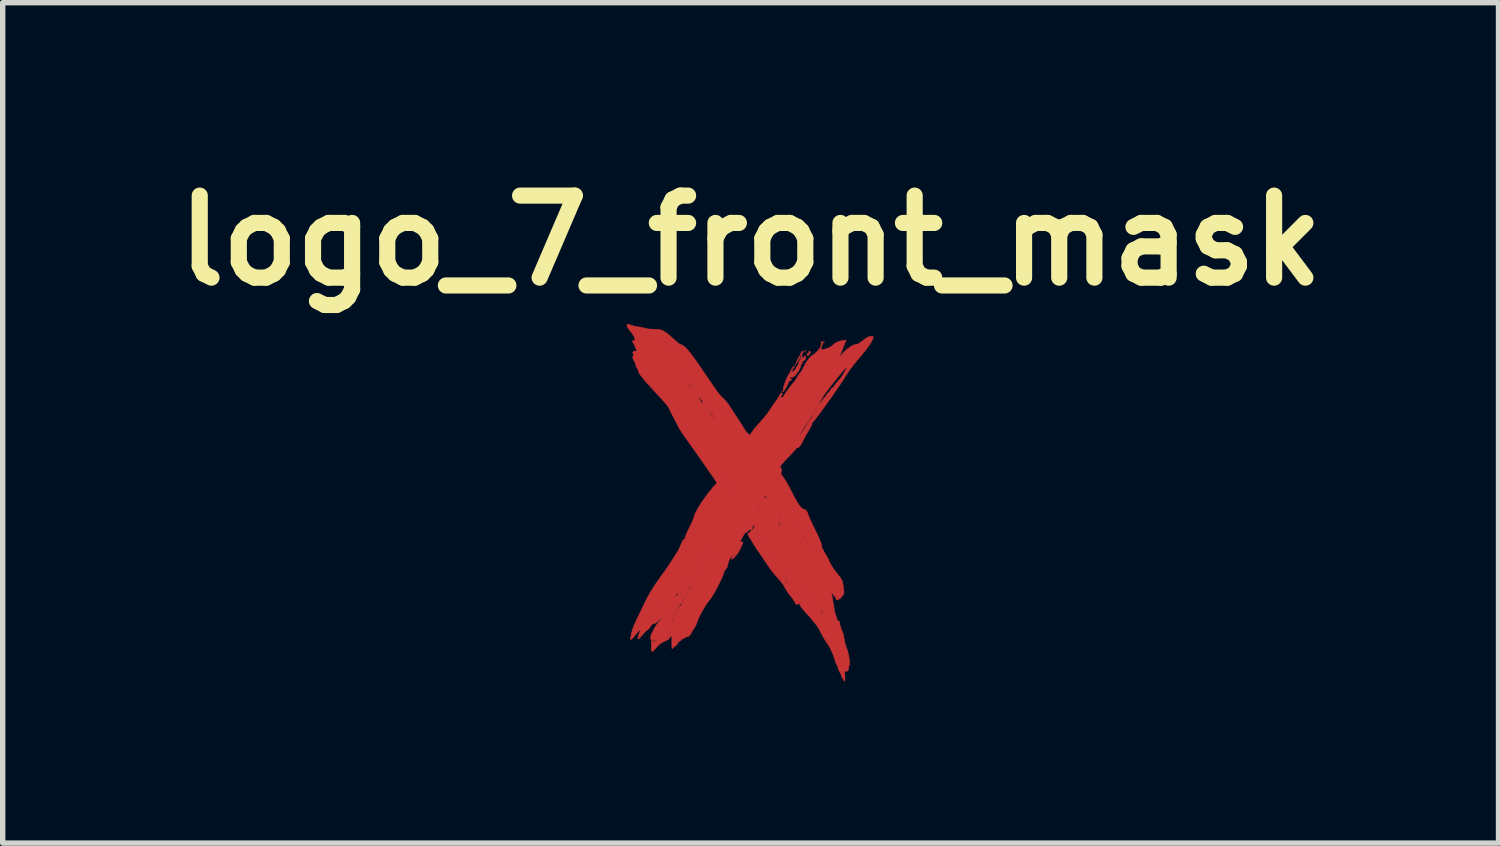
<source format=kicad_pcb>
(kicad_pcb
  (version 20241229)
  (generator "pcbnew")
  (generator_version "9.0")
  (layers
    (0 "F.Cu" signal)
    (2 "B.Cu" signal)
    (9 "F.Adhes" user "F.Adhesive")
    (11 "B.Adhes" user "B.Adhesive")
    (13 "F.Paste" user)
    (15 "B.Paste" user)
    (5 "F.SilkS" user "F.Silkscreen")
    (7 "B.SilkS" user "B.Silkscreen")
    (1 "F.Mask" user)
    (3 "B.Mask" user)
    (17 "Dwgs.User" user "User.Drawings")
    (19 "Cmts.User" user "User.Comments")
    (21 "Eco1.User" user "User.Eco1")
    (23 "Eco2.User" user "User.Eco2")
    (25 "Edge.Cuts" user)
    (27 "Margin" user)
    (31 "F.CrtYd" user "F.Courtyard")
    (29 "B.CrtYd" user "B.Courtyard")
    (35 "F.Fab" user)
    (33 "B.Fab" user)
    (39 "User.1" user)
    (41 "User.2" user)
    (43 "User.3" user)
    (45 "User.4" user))
  (footprint "logo_7_front_mask"
    (layer "F.Cu")
    (at 10.893 6.498)
    (property "Reference" "logo_7_front_mask" (at 0 -5.08 0) (layer "F.SilkS") (effects (font (size 1.524 1.524) (thickness 0.3))))
    (attr through_hole)
    (fp_poly (pts (xy 0.584 -2.283) (xy 0.578 -2.277) (xy 0.572 -2.283) (xy 0.578 -2.289) (xy 0.584 -2.283)) (stroke (width 0.01) (type solid)) (fill yes) (layer "F.Cu"))
    (fp_poly (pts (xy 0.902 -2.816) (xy 0.895 -2.81) (xy 0.889 -2.816) (xy 0.895 -2.823) (xy 0.902 -2.816)) (stroke (width 0.01) (type solid)) (fill yes) (layer "F.Cu"))
    (fp_poly (pts (xy 0.978 -2.804) (xy 0.972 -2.797) (xy 0.965 -2.804) (xy 0.972 -2.81) (xy 0.978 -2.804)) (stroke (width 0.01) (type solid)) (fill yes) (layer "F.Cu"))
    (fp_poly (pts (xy 1.003 -3.02) (xy 0.997 -3.013) (xy 0.991 -3.02) (xy 0.997 -3.026) (xy 1.003 -3.02)) (stroke (width 0.01) (type solid)) (fill yes) (layer "F.Cu"))
    (fp_poly (pts (xy 1.029 -3.032) (xy 1.022 -3.026) (xy 1.016 -3.032) (xy 1.022 -3.039) (xy 1.029 -3.032)) (stroke (width 0.01) (type solid)) (fill yes) (layer "F.Cu"))
    (fp_poly (pts (xy 0.834 -2.755) (xy 0.832 -2.747) (xy 0.826 -2.747) (xy 0.815 -2.751) (xy 0.817 -2.755) (xy 0.832 -2.756) (xy 0.834 -2.755)) (stroke (width 0.01) (type solid)) (fill yes) (layer "F.Cu"))
    (fp_poly (pts (xy 1.368 -3.195) (xy 1.365 -3.191) (xy 1.353 -3.179) (xy 1.351 -3.178) (xy 1.35 -3.187) (xy 1.353 -3.191) (xy 1.365 -3.203) (xy 1.367 -3.204) (xy 1.368 -3.195)) (stroke (width 0.01) (type solid)) (fill yes) (layer "F.Cu"))
    (fp_poly (pts (xy 1.108 -3.018) (xy 1.111 -3.002) (xy 1.105 -2.994) (xy 1.097 -2.979) (xy 1.099 -2.974) (xy 1.096 -2.964) (xy 1.086 -2.962) (xy 1.071 -2.957) (xy 1.072 -2.952) (xy 1.068 -2.942) (xy 1.061 -2.941) (xy 1.048 -2.951) (xy 1.047 -2.961) (xy 1.059 -2.979) (xy 1.068 -2.982) (xy 1.081 -2.992) (xy 1.082 -3.004) (xy 1.085 -3.022) (xy 1.091 -3.026) (xy 1.108 -3.018)) (stroke (width 0.01) (type solid)) (fill yes) (layer "F.Cu"))
    (fp_poly (pts (xy 0.977 -3.018) (xy 0.973 -2.998) (xy 0.959 -2.98) (xy 0.944 -2.96) (xy 0.94 -2.945) (xy 0.947 -2.941) (xy 0.952 -2.943) (xy 0.96 -2.941) (xy 0.958 -2.932) (xy 0.954 -2.906) (xy 0.966 -2.896) (xy 0.987 -2.907) (xy 0.99 -2.911) (xy 1.009 -2.93) (xy 1.02 -2.937) (xy 1.023 -2.927) (xy 1.021 -2.904) (xy 1.015 -2.886) (xy 1.014 -2.871) (xy 1.005 -2.861) (xy 0.99 -2.854) (xy 0.964 -2.834) (xy 0.944 -2.794) (xy 0.934 -2.759) (xy 0.92 -2.717) (xy 0.898 -2.671) (xy 0.869 -2.627) (xy 0.839 -2.587) (xy 0.809 -2.557) (xy 0.784 -2.539) (xy 0.765 -2.54) (xy 0.762 -2.543) (xy 0.751 -2.549) (xy 0.738 -2.533) (xy 0.736 -2.53) (xy 0.727 -2.51) (xy 0.733 -2.506) (xy 0.741 -2.509) (xy 0.759 -2.511) (xy 0.762 -2.506) (xy 0.754 -2.49) (xy 0.737 -2.476) (xy 0.723 -2.473) (xy 0.721 -2.474) (xy 0.714 -2.467) (xy 0.701 -2.442) (xy 0.692 -2.421) (xy 0.674 -2.381) (xy 0.651 -2.336) (xy 0.626 -2.296) (xy 0.606 -2.269) (xy 0.605 -2.268) (xy 0.604 -2.277) (xy 0.604 -2.303) (xy 0.604 -2.312) (xy 0.611 -2.351) (xy 0.627 -2.404) (xy 0.648 -2.464) (xy 0.673 -2.523) (xy 0.697 -2.572) (xy 0.712 -2.598) (xy 0.733 -2.631) (xy 0.755 -2.674) (xy 0.762 -2.69) (xy 0.781 -2.726) (xy 0.797 -2.74) (xy 0.802 -2.739) (xy 0.807 -2.727) (xy 0.793 -2.713) (xy 0.779 -2.697) (xy 0.779 -2.687) (xy 0.778 -2.673) (xy 0.766 -2.655) (xy 0.753 -2.637) (xy 0.758 -2.633) (xy 0.784 -2.643) (xy 0.792 -2.646) (xy 0.812 -2.663) (xy 0.837 -2.696) (xy 0.864 -2.736) (xy 0.887 -2.777) (xy 0.903 -2.814) (xy 0.907 -2.838) (xy 0.907 -2.841) (xy 0.912 -2.857) (xy 0.926 -2.864) (xy 0.948 -2.876) (xy 0.95 -2.888) (xy 0.932 -2.894) (xy 0.927 -2.894) (xy 0.903 -2.881) (xy 0.878 -2.847) (xy 0.875 -2.842) (xy 0.852 -2.8) (xy 0.839 -2.781) (xy 0.836 -2.785) (xy 0.846 -2.811) (xy 0.862 -2.846) (xy 0.882 -2.887) (xy 0.899 -2.919) (xy 0.909 -2.935) (xy 0.909 -2.935) (xy 0.913 -2.935) (xy 0.91 -2.929) (xy 0.912 -2.913) (xy 0.921 -2.907) (xy 0.936 -2.909) (xy 0.94 -2.925) (xy 0.931 -2.941) (xy 0.928 -2.943) (xy 0.925 -2.957) (xy 0.933 -2.982) (xy 0.946 -3.008) (xy 0.961 -3.024) (xy 0.966 -3.026) (xy 0.977 -3.018)) (stroke (width 0.01) (type solid)) (fill yes) (layer "F.Cu"))
    (fp_poly (pts (xy -2.272 -3.525) (xy -2.242 -3.515) (xy -2.228 -3.51) (xy -2.187 -3.496) (xy -2.134 -3.484) (xy -2.102 -3.479) (xy -2.048 -3.471) (xy -1.995 -3.46) (xy -1.97 -3.452) (xy -1.92 -3.44) (xy -1.853 -3.434) (xy -1.798 -3.432) (xy -1.746 -3.431) (xy -1.703 -3.427) (xy -1.663 -3.418) (xy -1.625 -3.402) (xy -1.584 -3.377) (xy -1.535 -3.341) (xy -1.477 -3.291) (xy -1.405 -3.227) (xy -1.389 -3.212) (xy -1.35 -3.18) (xy -1.317 -3.156) (xy -1.295 -3.145) (xy -1.29 -3.144) (xy -1.273 -3.14) (xy -1.245 -3.121) (xy -1.216 -3.096) (xy -1.192 -3.072) (xy -1.168 -3.047) (xy -1.144 -3.019) (xy -1.117 -2.986) (xy -1.087 -2.946) (xy -1.051 -2.897) (xy -1.007 -2.835) (xy -0.955 -2.76) (xy -0.893 -2.67) (xy -0.819 -2.561) (xy -0.781 -2.505) (xy -0.72 -2.416) (xy -0.67 -2.344) (xy -0.631 -2.288) (xy -0.598 -2.244) (xy -0.57 -2.21) (xy -0.545 -2.181) (xy -0.521 -2.157) (xy -0.5 -2.138) (xy -0.463 -2.099) (xy -0.421 -2.048) (xy -0.384 -1.995) (xy -0.381 -1.989) (xy -0.349 -1.939) (xy -0.309 -1.877) (xy -0.266 -1.812) (xy -0.24 -1.773) (xy -0.204 -1.718) (xy -0.17 -1.665) (xy -0.143 -1.622) (xy -0.129 -1.597) (xy -0.097 -1.545) (xy -0.062 -1.503) (xy -0.03 -1.477) (xy -0.023 -1.473) (xy -0.005 -1.475) (xy 0.013 -1.498) (xy 0.019 -1.511) (xy 0.037 -1.539) (xy 0.068 -1.58) (xy 0.106 -1.626) (xy 0.13 -1.652) (xy 0.22 -1.752) (xy 0.294 -1.841) (xy 0.353 -1.922) (xy 0.356 -1.927) (xy 1.198 -1.927) (xy 1.199 -1.921) (xy 1.209 -1.931) (xy 1.219 -1.946) (xy 1.222 -1.953) (xy 1.257 -1.953) (xy 1.264 -1.946) (xy 1.27 -1.953) (xy 1.264 -1.959) (xy 1.257 -1.953) (xy 1.222 -1.953) (xy 1.227 -1.966) (xy 1.226 -1.972) (xy 1.216 -1.962) (xy 1.206 -1.946) (xy 1.198 -1.927) (xy 0.356 -1.927) (xy 0.385 -1.971) (xy 0.404 -1.999) (xy 1.245 -1.999) (xy 1.247 -2.002) (xy 1.265 -2.026) (xy 1.277 -2.042) (xy 1.308 -2.042) (xy 1.314 -2.035) (xy 1.321 -2.042) (xy 1.314 -2.048) (xy 1.308 -2.042) (xy 1.277 -2.042) (xy 1.291 -2.059) (xy 1.298 -2.067) (xy 1.321 -2.067) (xy 1.327 -2.061) (xy 1.333 -2.067) (xy 1.327 -2.073) (xy 1.321 -2.067) (xy 1.298 -2.067) (xy 1.305 -2.077) (xy 1.328 -2.105) (xy 1.346 -2.105) (xy 1.353 -2.099) (xy 1.359 -2.105) (xy 1.353 -2.111) (xy 1.346 -2.105) (xy 1.328 -2.105) (xy 1.332 -2.111) (xy 1.354 -2.141) (xy 1.355 -2.143) (xy 1.372 -2.143) (xy 1.378 -2.137) (xy 1.384 -2.143) (xy 1.378 -2.15) (xy 1.372 -2.143) (xy 1.355 -2.143) (xy 1.36 -2.152) (xy 1.376 -2.167) (xy 1.387 -2.167) (xy 1.395 -2.166) (xy 1.394 -2.169) (xy 1.41 -2.169) (xy 1.416 -2.162) (xy 1.422 -2.169) (xy 1.416 -2.175) (xy 1.41 -2.169) (xy 1.394 -2.169) (xy 1.392 -2.173) (xy 1.394 -2.191) (xy 1.405 -2.207) (xy 1.41 -2.207) (xy 1.416 -2.2) (xy 1.422 -2.207) (xy 1.435 -2.207) (xy 1.441 -2.2) (xy 1.448 -2.207) (xy 1.441 -2.213) (xy 1.435 -2.207) (xy 1.422 -2.207) (xy 1.416 -2.213) (xy 1.41 -2.207) (xy 1.405 -2.207) (xy 1.411 -2.214) (xy 1.413 -2.216) (xy 1.437 -2.243) (xy 1.439 -2.245) (xy 1.46 -2.245) (xy 1.467 -2.239) (xy 1.473 -2.245) (xy 1.467 -2.251) (xy 1.46 -2.245) (xy 1.439 -2.245) (xy 1.468 -2.281) (xy 1.485 -2.305) (xy 1.51 -2.336) (xy 1.532 -2.354) (xy 1.542 -2.357) (xy 1.549 -2.355) (xy 1.547 -2.358) (xy 1.549 -2.373) (xy 1.565 -2.397) (xy 1.569 -2.402) (xy 1.59 -2.427) (xy 1.6 -2.444) (xy 1.6 -2.445) (xy 1.608 -2.45) (xy 1.613 -2.448) (xy 1.624 -2.447) (xy 1.624 -2.45) (xy 1.624 -2.476) (xy 1.632 -2.488) (xy 1.637 -2.487) (xy 1.648 -2.494) (xy 1.668 -2.517) (xy 1.693 -2.55) (xy 1.718 -2.589) (xy 1.74 -2.627) (xy 1.756 -2.659) (xy 1.759 -2.667) (xy 1.768 -2.687) (xy 1.776 -2.691) (xy 1.783 -2.697) (xy 1.786 -2.715) (xy 1.785 -2.723) (xy 1.778 -2.723) (xy 1.764 -2.712) (xy 1.742 -2.689) (xy 1.71 -2.653) (xy 1.667 -2.601) (xy 1.612 -2.533) (xy 1.543 -2.447) (xy 1.529 -2.429) (xy 1.466 -2.35) (xy 1.417 -2.285) (xy 1.377 -2.232) (xy 1.345 -2.184) (xy 1.317 -2.138) (xy 1.289 -2.088) (xy 1.278 -2.067) (xy 1.258 -2.029) (xy 1.247 -2.005) (xy 1.245 -1.999) (xy 0.404 -1.999) (xy 0.418 -2.021) (xy 0.453 -2.073) (xy 0.479 -2.108) (xy 0.509 -2.151) (xy 0.535 -2.195) (xy 0.546 -2.216) (xy 0.561 -2.245) (xy 0.573 -2.254) (xy 0.582 -2.247) (xy 0.589 -2.227) (xy 0.578 -2.206) (xy 0.562 -2.18) (xy 0.564 -2.167) (xy 0.584 -2.166) (xy 0.605 -2.172) (xy 0.61 -2.18) (xy 0.617 -2.195) (xy 0.636 -2.226) (xy 0.664 -2.266) (xy 0.696 -2.311) (xy 0.73 -2.356) (xy 0.76 -2.396) (xy 0.785 -2.425) (xy 0.795 -2.435) (xy 0.818 -2.463) (xy 0.842 -2.501) (xy 0.85 -2.514) (xy 0.876 -2.559) (xy 0.907 -2.603) (xy 0.915 -2.611) (xy 0.944 -2.651) (xy 0.969 -2.695) (xy 0.973 -2.704) (xy 0.991 -2.741) (xy 1.009 -2.771) (xy 1.013 -2.775) (xy 1.024 -2.792) (xy 1.021 -2.797) (xy 1.018 -2.803) (xy 1.023 -2.807) (xy 1.037 -2.822) (xy 1.06 -2.851) (xy 1.078 -2.877) (xy 1.08 -2.88) (xy 1.867 -2.88) (xy 1.873 -2.873) (xy 1.88 -2.88) (xy 1.873 -2.886) (xy 1.867 -2.88) (xy 1.08 -2.88) (xy 1.1 -2.905) (xy 1.88 -2.905) (xy 1.886 -2.899) (xy 1.892 -2.905) (xy 1.886 -2.912) (xy 1.88 -2.905) (xy 1.1 -2.905) (xy 1.103 -2.91) (xy 1.126 -2.931) (xy 1.137 -2.937) (xy 1.154 -2.946) (xy 1.183 -2.969) (xy 1.218 -3.002) (xy 1.232 -3.015) (xy 1.272 -3.059) (xy 1.297 -3.092) (xy 1.307 -3.119) (xy 1.309 -3.133) (xy 1.313 -3.17) (xy 1.32 -3.197) (xy 1.327 -3.212) (xy 1.332 -3.206) (xy 1.336 -3.188) (xy 1.338 -3.162) (xy 1.333 -3.15) (xy 1.326 -3.137) (xy 1.317 -3.107) (xy 1.315 -3.098) (xy 1.306 -3.049) (xy 1.361 -3.058) (xy 1.441 -3.08) (xy 1.509 -3.119) (xy 1.543 -3.149) (xy 1.586 -3.183) (xy 1.637 -3.206) (xy 1.704 -3.221) (xy 1.73 -3.225) (xy 1.765 -3.226) (xy 1.777 -3.217) (xy 1.767 -3.198) (xy 1.759 -3.191) (xy 1.747 -3.173) (xy 1.748 -3.163) (xy 1.746 -3.146) (xy 1.739 -3.14) (xy 1.725 -3.12) (xy 1.718 -3.096) (xy 1.71 -3.066) (xy 1.694 -3.025) (xy 1.679 -2.99) (xy 1.656 -2.942) (xy 1.644 -2.914) (xy 1.643 -2.906) (xy 1.653 -2.916) (xy 1.674 -2.941) (xy 1.679 -2.947) (xy 1.735 -3.009) (xy 1.796 -3.064) (xy 1.858 -3.109) (xy 1.916 -3.139) (xy 1.966 -3.153) (xy 1.973 -3.153) (xy 2.001 -3.162) (xy 2.04 -3.185) (xy 2.071 -3.209) (xy 2.14 -3.262) (xy 2.198 -3.293) (xy 2.244 -3.302) (xy 2.255 -3.3) (xy 2.275 -3.293) (xy 2.28 -3.282) (xy 2.272 -3.258) (xy 2.268 -3.248) (xy 2.241 -3.195) (xy 2.2 -3.131) (xy 2.143 -3.053) (xy 2.069 -2.961) (xy 2 -2.879) (xy 1.963 -2.835) (xy 1.929 -2.794) (xy 1.905 -2.762) (xy 1.899 -2.754) (xy 1.872 -2.717) (xy 1.847 -2.685) (xy 1.83 -2.661) (xy 1.803 -2.622) (xy 1.77 -2.571) (xy 1.734 -2.515) (xy 1.728 -2.505) (xy 1.691 -2.449) (xy 1.646 -2.381) (xy 1.594 -2.305) (xy 1.537 -2.224) (xy 1.478 -2.14) (xy 1.418 -2.056) (xy 1.36 -1.975) (xy 1.305 -1.899) (xy 1.255 -1.832) (xy 1.212 -1.776) (xy 1.179 -1.734) (xy 1.158 -1.709) (xy 1.152 -1.704) (xy 1.141 -1.687) (xy 1.14 -1.685) (xy 1.136 -1.663) (xy 1.121 -1.63) (xy 1.096 -1.583) (xy 1.064 -1.527) (xy 1.031 -1.469) (xy 0.996 -1.406) (xy 0.967 -1.349) (xy 0.965 -1.346) (xy 0.933 -1.288) (xy 0.904 -1.249) (xy 0.878 -1.229) (xy 0.862 -1.23) (xy 0.851 -1.229) (xy 0.851 -1.226) (xy 0.843 -1.213) (xy 0.82 -1.186) (xy 0.787 -1.149) (xy 0.749 -1.108) (xy 0.683 -1.038) (xy 0.632 -0.985) (xy 0.596 -0.945) (xy 0.571 -0.916) (xy 0.557 -0.896) (xy 0.551 -0.881) (xy 0.552 -0.869) (xy 0.557 -0.858) (xy 0.565 -0.846) (xy 0.579 -0.816) (xy 0.576 -0.789) (xy 0.573 -0.782) (xy 0.563 -0.76) (xy 0.561 -0.745) (xy 0.57 -0.728) (xy 0.593 -0.702) (xy 0.599 -0.695) (xy 0.619 -0.667) (xy 0.647 -0.622) (xy 0.68 -0.566) (xy 0.714 -0.503) (xy 0.722 -0.488) (xy 0.756 -0.424) (xy 0.787 -0.363) (xy 0.814 -0.311) (xy 0.834 -0.275) (xy 0.837 -0.269) (xy 0.869 -0.213) (xy 0.903 -0.163) (xy 0.935 -0.123) (xy 0.962 -0.099) (xy 0.976 -0.092) (xy 1.014 -0.081) (xy 1.044 -0.05) (xy 1.062 -0.007) (xy 1.07 0.018) (xy 1.088 0.061) (xy 1.114 0.119) (xy 1.145 0.187) (xy 1.181 0.261) (xy 1.191 0.281) (xy 1.239 0.378) (xy 1.274 0.456) (xy 1.299 0.515) (xy 1.313 0.559) (xy 1.318 0.584) (xy 1.325 0.623) (xy 1.336 0.651) (xy 1.341 0.658) (xy 1.357 0.679) (xy 1.359 0.688) (xy 1.366 0.706) (xy 1.383 0.736) (xy 1.395 0.753) (xy 1.422 0.798) (xy 1.447 0.848) (xy 1.453 0.863) (xy 1.478 0.917) (xy 1.515 0.98) (xy 1.558 1.044) (xy 1.601 1.098) (xy 1.651 1.159) (xy 1.685 1.21) (xy 1.707 1.261) (xy 1.718 1.316) (xy 1.721 1.343) (xy 1.726 1.39) (xy 1.731 1.427) (xy 1.735 1.446) (xy 1.735 1.447) (xy 1.734 1.467) (xy 1.72 1.497) (xy 1.698 1.53) (xy 1.673 1.56) (xy 1.653 1.575) (xy 1.616 1.593) (xy 1.595 1.594) (xy 1.588 1.578) (xy 1.587 1.573) (xy 1.582 1.55) (xy 1.576 1.544) (xy 1.563 1.532) (xy 1.542 1.506) (xy 1.53 1.489) (xy 1.51 1.46) (xy 1.501 1.45) (xy 1.501 1.459) (xy 1.504 1.476) (xy 1.511 1.509) (xy 1.519 1.556) (xy 1.525 1.597) (xy 1.54 1.691) (xy 1.552 1.763) (xy 1.562 1.817) (xy 1.572 1.855) (xy 1.581 1.882) (xy 1.581 1.883) (xy 1.596 1.921) (xy 1.605 1.954) (xy 1.62 1.983) (xy 1.639 1.994) (xy 1.657 2.005) (xy 1.658 2.028) (xy 1.657 2.033) (xy 1.656 2.059) (xy 1.663 2.073) (xy 1.674 2.091) (xy 1.676 2.106) (xy 1.682 2.135) (xy 1.696 2.169) (xy 1.696 2.17) (xy 1.708 2.194) (xy 1.717 2.218) (xy 1.724 2.247) (xy 1.733 2.29) (xy 1.741 2.337) (xy 1.751 2.388) (xy 1.764 2.436) (xy 1.772 2.458) (xy 1.794 2.521) (xy 1.813 2.589) (xy 1.827 2.656) (xy 1.836 2.718) (xy 1.84 2.77) (xy 1.837 2.806) (xy 1.829 2.822) (xy 1.82 2.839) (xy 1.816 2.87) (xy 1.816 2.873) (xy 1.813 2.903) (xy 1.8 2.916) (xy 1.781 2.92) (xy 1.746 2.924) (xy 1.751 3.016) (xy 1.752 3.061) (xy 1.751 3.093) (xy 1.749 3.108) (xy 1.749 3.108) (xy 1.739 3.098) (xy 1.722 3.074) (xy 1.716 3.063) (xy 1.699 3.031) (xy 1.689 3.007) (xy 1.689 3.003) (xy 1.682 2.983) (xy 1.666 2.952) (xy 1.657 2.937) (xy 1.638 2.9) (xy 1.627 2.868) (xy 1.626 2.859) (xy 1.618 2.83) (xy 1.602 2.802) (xy 1.584 2.769) (xy 1.571 2.728) (xy 1.569 2.721) (xy 1.559 2.684) (xy 1.541 2.633) (xy 1.517 2.576) (xy 1.491 2.518) (xy 1.466 2.467) (xy 1.444 2.429) (xy 1.434 2.416) (xy 1.413 2.388) (xy 1.385 2.343) (xy 1.383 2.34) (xy 1.397 2.34) (xy 1.403 2.346) (xy 1.41 2.34) (xy 1.403 2.333) (xy 1.397 2.34) (xy 1.383 2.34) (xy 1.351 2.285) (xy 1.315 2.221) (xy 1.281 2.156) (xy 1.277 2.149) (xy 1.257 2.112) (xy 1.231 2.073) (xy 1.197 2.028) (xy 1.154 1.975) (xy 1.097 1.91) (xy 1.038 1.845) (xy 1.156 1.845) (xy 1.162 1.851) (xy 1.168 1.845) (xy 1.162 1.838) (xy 1.156 1.845) (xy 1.038 1.845) (xy 1.026 1.831) (xy 1.013 1.816) (xy 0.99 1.79) (xy 1.308 1.79) (xy 1.313 1.82) (xy 1.317 1.834) (xy 1.325 1.85) (xy 1.329 1.842) (xy 1.331 1.835) (xy 1.328 1.806) (xy 1.322 1.791) (xy 1.312 1.776) (xy 1.309 1.783) (xy 1.308 1.79) (xy 0.99 1.79) (xy 0.975 1.773) (xy 0.947 1.737) (xy 1.118 1.737) (xy 1.122 1.747) (xy 1.126 1.745) (xy 1.128 1.73) (xy 1.126 1.728) (xy 1.119 1.73) (xy 1.118 1.737) (xy 0.947 1.737) (xy 0.944 1.733) (xy 0.924 1.703) (xy 0.919 1.691) (xy 0.913 1.677) (xy 1.094 1.677) (xy 1.097 1.684) (xy 1.11 1.697) (xy 1.117 1.695) (xy 1.118 1.693) (xy 1.109 1.682) (xy 1.103 1.678) (xy 1.094 1.677) (xy 0.913 1.677) (xy 0.909 1.665) (xy 0.894 1.663) (xy 0.88 1.675) (xy 0.86 1.682) (xy 0.839 1.666) (xy 0.819 1.631) (xy 0.801 1.601) (xy 0.794 1.591) (xy 1.067 1.591) (xy 1.073 1.597) (xy 1.079 1.591) (xy 1.073 1.584) (xy 1.067 1.591) (xy 0.794 1.591) (xy 0.773 1.561) (xy 0.739 1.518) (xy 0.738 1.517) (xy 0.718 1.49) (xy 1.03 1.49) (xy 1.037 1.51) (xy 1.046 1.521) (xy 1.046 1.521) (xy 1.048 1.51) (xy 1.045 1.495) (xy 1.037 1.477) (xy 1.032 1.475) (xy 1.03 1.49) (xy 0.718 1.49) (xy 0.707 1.476) (xy 0.8 1.476) (xy 0.806 1.483) (xy 0.813 1.476) (xy 0.806 1.47) (xy 0.8 1.476) (xy 0.707 1.476) (xy 0.7 1.466) (xy 0.689 1.451) (xy 1.016 1.451) (xy 1.022 1.457) (xy 1.029 1.451) (xy 1.022 1.444) (xy 1.016 1.451) (xy 0.689 1.451) (xy 0.662 1.409) (xy 0.637 1.364) (xy 0.613 1.324) (xy 0.686 1.324) (xy 0.692 1.33) (xy 0.699 1.324) (xy 0.692 1.317) (xy 0.686 1.324) (xy 0.613 1.324) (xy 0.607 1.313) (xy 0.564 1.256) (xy 0.521 1.206) (xy 0.64 1.206) (xy 0.646 1.231) (xy 0.658 1.26) (xy 0.67 1.286) (xy 0.68 1.3) (xy 0.682 1.3) (xy 0.681 1.286) (xy 0.675 1.269) (xy 0.667 1.247) (xy 0.669 1.237) (xy 0.667 1.229) (xy 0.662 1.229) (xy 0.652 1.222) (xy 0.654 1.217) (xy 0.652 1.2) (xy 0.649 1.198) (xy 0.64 1.2) (xy 0.64 1.206) (xy 0.521 1.206) (xy 0.516 1.2) (xy 0.512 1.196) (xy 0.465 1.143) (xy 0.413 1.08) (xy 0.386 1.044) (xy 0.749 1.044) (xy 0.756 1.051) (xy 0.762 1.044) (xy 0.756 1.038) (xy 0.749 1.044) (xy 0.386 1.044) (xy 0.365 1.017) (xy 0.349 0.993) (xy 0.316 0.944) (xy 0.272 0.879) (xy 0.457 0.879) (xy 0.464 0.886) (xy 0.47 0.879) (xy 0.464 0.873) (xy 0.457 0.879) (xy 0.272 0.879) (xy 0.272 0.879) (xy 0.223 0.807) (xy 0.194 0.765) (xy 0.406 0.765) (xy 0.413 0.771) (xy 0.419 0.765) (xy 0.413 0.759) (xy 0.406 0.765) (xy 0.194 0.765) (xy 0.177 0.74) (xy 0.394 0.74) (xy 0.4 0.746) (xy 0.406 0.74) (xy 0.4 0.733) (xy 0.394 0.74) (xy 0.177 0.74) (xy 0.172 0.733) (xy 0.143 0.69) (xy 0.114 0.648) (xy 1.12 0.648) (xy 1.123 0.655) (xy 1.136 0.669) (xy 1.143 0.666) (xy 1.143 0.664) (xy 1.134 0.653) (xy 1.128 0.65) (xy 1.12 0.648) (xy 0.114 0.648) (xy 0.101 0.628) (xy 0.065 0.573) (xy 0.037 0.528) (xy 0.034 0.524) (xy 0.267 0.524) (xy 0.273 0.53) (xy 0.279 0.524) (xy 1.041 0.524) (xy 1.048 0.53) (xy 1.054 0.524) (xy 1.048 0.517) (xy 1.041 0.524) (xy 0.279 0.524) (xy 0.273 0.517) (xy 0.267 0.524) (xy 0.034 0.524) (xy 0.019 0.497) (xy 0.013 0.483) (xy 0.006 0.468) (xy 0.003 0.467) (xy 0.229 0.467) (xy 0.233 0.473) (xy 0.24 0.482) (xy 0.258 0.502) (xy 0.266 0.502) (xy 0.267 0.5) (xy 0.258 0.489) (xy 0.254 0.486) (xy 1.029 0.486) (xy 1.035 0.492) (xy 1.041 0.486) (xy 1.035 0.479) (xy 1.029 0.486) (xy 0.254 0.486) (xy 0.244 0.478) (xy 0.238 0.473) (xy 0.991 0.473) (xy 0.997 0.479) (xy 1.003 0.473) (xy 0.997 0.467) (xy 0.991 0.473) (xy 0.238 0.473) (xy 0.229 0.467) (xy 0.003 0.467) (xy 0.002 0.467) (xy -0.008 0.456) (xy -0.014 0.448) (xy 0.965 0.448) (xy 0.972 0.454) (xy 0.978 0.448) (xy 0.972 0.441) (xy 0.965 0.448) (xy -0.014 0.448) (xy -0.024 0.432) (xy -0.03 0.419) (xy 0.98 0.419) (xy 0.983 0.427) (xy 0.996 0.44) (xy 1.003 0.437) (xy 1.003 0.436) (xy 0.994 0.425) (xy 0.989 0.421) (xy 0.98 0.419) (xy -0.03 0.419) (xy -0.039 0.402) (xy -0.049 0.375) (xy -0.05 0.371) (xy 0.94 0.371) (xy 0.946 0.378) (xy 0.953 0.371) (xy 0.946 0.365) (xy 0.94 0.371) (xy -0.05 0.371) (xy -0.051 0.366) (xy -0.04 0.355) (xy -0.025 0.349) (xy -0.005 0.335) (xy 0 0.322) (xy 0.008 0.304) (xy 0.016 0.301) (xy 0.033 0.292) (xy 0.053 0.267) (xy 0.054 0.265) (xy 0.071 0.233) (xy 0.072 0.232) (xy 0.8 0.232) (xy 0.806 0.238) (xy 0.813 0.232) (xy 0.806 0.225) (xy 0.8 0.232) (xy 0.072 0.232) (xy 0.074 0.218) (xy 0.064 0.213) (xy 0.058 0.213) (xy 0.043 0.224) (xy 0.032 0.25) (xy 0.032 0.251) (xy 0.023 0.279) (xy 0.007 0.288) (xy -0.007 0.288) (xy -0.02 0.295) (xy -0.044 0.313) (xy -0.052 0.32) (xy -0.079 0.341) (xy -0.099 0.352) (xy -0.101 0.352) (xy -0.113 0.363) (xy -0.13 0.389) (xy -0.139 0.406) (xy -0.161 0.447) (xy -0.182 0.482) (xy -0.188 0.491) (xy -0.202 0.513) (xy -0.201 0.518) (xy -0.187 0.514) (xy -0.169 0.513) (xy -0.165 0.519) (xy -0.157 0.526) (xy -0.152 0.524) (xy -0.143 0.52) (xy -0.141 0.526) (xy -0.148 0.546) (xy -0.164 0.583) (xy -0.184 0.627) (xy -0.209 0.679) (xy -0.234 0.721) (xy -0.264 0.761) (xy -0.306 0.808) (xy -0.323 0.826) (xy -0.343 0.841) (xy -0.353 0.837) (xy -0.352 0.819) (xy -0.338 0.791) (xy -0.334 0.786) (xy -0.309 0.75) (xy -0.3 0.734) (xy -0.307 0.737) (xy -0.33 0.76) (xy -0.341 0.771) (xy -0.37 0.807) (xy -0.393 0.841) (xy -0.401 0.86) (xy -0.412 0.898) (xy -0.42 0.921) (xy -0.429 0.954) (xy -0.432 0.973) (xy -0.441 0.997) (xy -0.462 1.024) (xy -0.462 1.024) (xy -0.486 1.057) (xy -0.501 1.097) (xy -0.501 1.097) (xy -0.512 1.132) (xy -0.533 1.183) (xy -0.562 1.246) (xy -0.596 1.316) (xy -0.633 1.387) (xy -0.67 1.455) (xy -0.705 1.514) (xy -0.734 1.56) (xy -0.753 1.584) (xy -0.798 1.64) (xy -0.846 1.713) (xy -0.895 1.796) (xy -0.94 1.881) (xy -0.977 1.961) (xy -0.996 2.012) (xy -1.013 2.056) (xy -1.031 2.093) (xy -1.04 2.107) (xy -1.059 2.135) (xy -1.083 2.175) (xy -1.098 2.203) (xy -1.121 2.242) (xy -1.141 2.264) (xy -1.166 2.275) (xy -1.177 2.278) (xy -1.208 2.288) (xy -1.227 2.302) (xy -1.228 2.304) (xy -1.243 2.317) (xy -1.252 2.316) (xy -1.271 2.32) (xy -1.284 2.335) (xy -1.297 2.353) (xy -1.304 2.354) (xy -1.316 2.358) (xy -1.335 2.375) (xy -1.355 2.398) (xy -1.369 2.421) (xy -1.372 2.431) (xy -1.378 2.443) (xy -1.384 2.442) (xy -1.399 2.445) (xy -1.422 2.464) (xy -1.428 2.47) (xy -1.46 2.505) (xy -1.463 2.403) (xy -1.463 2.352) (xy -1.463 2.31) (xy -1.463 2.283) (xy -1.463 2.28) (xy -1.467 2.265) (xy -1.481 2.267) (xy -1.498 2.284) (xy -1.505 2.298) (xy -1.513 2.312) (xy -1.523 2.324) (xy -1.54 2.336) (xy -1.57 2.352) (xy -1.618 2.374) (xy -1.626 2.378) (xy -1.684 2.413) (xy -1.737 2.462) (xy -1.756 2.486) (xy -1.787 2.521) (xy -1.814 2.546) (xy -1.831 2.555) (xy -1.832 2.555) (xy -1.84 2.542) (xy -1.844 2.511) (xy -1.844 2.457) (xy -1.843 2.435) (xy -1.843 2.378) (xy -1.845 2.343) (xy -1.827 2.343) (xy -1.823 2.365) (xy -1.801 2.372) (xy -1.797 2.372) (xy -1.775 2.367) (xy -1.773 2.353) (xy -1.774 2.352) (xy -1.785 2.34) (xy -1.797 2.347) (xy -1.812 2.352) (xy -1.82 2.337) (xy -1.824 2.327) (xy -1.765 2.327) (xy -1.759 2.333) (xy -1.753 2.327) (xy -1.759 2.321) (xy -1.765 2.327) (xy -1.824 2.327) (xy -1.825 2.325) (xy -1.827 2.336) (xy -1.827 2.343) (xy -1.845 2.343) (xy -1.845 2.339) (xy -1.85 2.321) (xy -1.852 2.321) (xy -1.856 2.31) (xy -1.856 2.302) (xy -1.765 2.302) (xy -1.759 2.308) (xy -1.753 2.302) (xy -1.74 2.302) (xy -1.734 2.308) (xy -1.727 2.302) (xy -1.587 2.302) (xy -1.581 2.308) (xy -1.575 2.302) (xy -1.581 2.295) (xy -1.587 2.302) (xy -1.727 2.302) (xy -1.734 2.295) (xy -1.74 2.302) (xy -1.753 2.302) (xy -1.759 2.295) (xy -1.765 2.302) (xy -1.856 2.302) (xy -1.855 2.289) (xy -1.562 2.289) (xy -1.556 2.295) (xy -1.549 2.289) (xy -1.556 2.283) (xy -1.562 2.289) (xy -1.855 2.289) (xy -1.855 2.284) (xy -1.851 2.264) (xy -1.714 2.264) (xy -1.708 2.27) (xy -1.702 2.264) (xy -1.524 2.264) (xy -1.518 2.27) (xy -1.511 2.264) (xy -1.518 2.257) (xy -1.524 2.264) (xy -1.702 2.264) (xy -1.708 2.257) (xy -1.714 2.264) (xy -1.851 2.264) (xy -1.849 2.253) (xy -1.841 2.224) (xy -1.839 2.221) (xy -1.511 2.221) (xy -1.503 2.228) (xy -1.499 2.226) (xy -1.46 2.226) (xy -1.454 2.232) (xy -1.448 2.226) (xy -1.454 2.219) (xy -1.46 2.226) (xy -1.499 2.226) (xy -1.486 2.209) (xy -1.486 2.205) (xy -1.494 2.198) (xy -1.499 2.2) (xy -1.511 2.217) (xy -1.511 2.221) (xy -1.839 2.221) (xy -1.831 2.207) (xy -1.831 2.207) (xy -1.821 2.193) (xy -1.805 2.162) (xy -1.799 2.149) (xy -1.499 2.149) (xy -1.492 2.156) (xy -1.486 2.149) (xy -1.492 2.143) (xy -1.499 2.149) (xy -1.799 2.149) (xy -1.786 2.124) (xy -1.758 2.076) (xy -1.738 2.048) (xy -1.6 2.048) (xy -1.594 2.054) (xy -1.587 2.048) (xy -1.486 2.048) (xy -1.48 2.054) (xy -1.473 2.048) (xy -1.48 2.041) (xy -1.486 2.048) (xy -1.587 2.048) (xy -1.594 2.041) (xy -1.6 2.048) (xy -1.738 2.048) (xy -1.719 2.021) (xy -1.71 2.01) (xy -1.575 2.01) (xy -1.568 2.016) (xy -1.562 2.01) (xy -1.568 2.003) (xy -1.575 2.01) (xy -1.71 2.01) (xy -1.703 2.002) (xy -1.468 2.002) (xy -1.467 2.003) (xy -1.458 1.993) (xy -1.443 1.967) (xy -1.434 1.949) (xy -1.422 1.922) (xy -1.42 1.911) (xy -1.425 1.914) (xy -1.44 1.935) (xy -1.454 1.962) (xy -1.465 1.987) (xy -1.468 2.002) (xy -1.703 2.002) (xy -1.676 1.97) (xy -1.672 1.966) (xy -1.639 1.93) (xy -1.623 1.911) (xy -1.625 1.91) (xy -1.645 1.925) (xy -1.684 1.958) (xy -1.718 1.989) (xy -1.753 2.017) (xy -1.784 2.034) (xy -1.801 2.039) (xy -1.823 2.045) (xy -1.847 2.065) (xy -1.864 2.091) (xy -1.867 2.103) (xy -1.877 2.118) (xy -1.901 2.139) (xy -1.91 2.146) (xy -1.938 2.17) (xy -1.975 2.206) (xy -2.014 2.249) (xy -2.021 2.257) (xy -2.054 2.296) (xy -2.075 2.317) (xy -2.087 2.323) (xy -2.092 2.316) (xy -2.093 2.311) (xy -2.09 2.284) (xy -2.079 2.245) (xy -2.066 2.214) (xy -2.049 2.173) (xy -2.047 2.154) (xy -2.058 2.156) (xy -2.083 2.179) (xy -2.122 2.224) (xy -2.14 2.246) (xy -2.181 2.294) (xy -2.211 2.323) (xy -2.228 2.333) (xy -2.233 2.323) (xy -2.23 2.311) (xy -2.224 2.285) (xy -2.217 2.247) (xy -2.216 2.238) (xy -2.208 2.198) (xy -2.198 2.16) (xy -2.184 2.118) (xy -2.164 2.068) (xy -2.135 2.005) (xy -2.097 1.925) (xy -2.095 1.921) (xy -2.089 1.908) (xy -1.511 1.908) (xy -1.505 1.914) (xy -1.499 1.908) (xy -1.505 1.902) (xy -1.511 1.908) (xy -2.089 1.908) (xy -2.076 1.882) (xy -1.41 1.882) (xy -1.404 1.883) (xy -1.392 1.869) (xy -1.38 1.848) (xy -1.38 1.839) (xy -1.39 1.842) (xy -1.402 1.859) (xy -1.409 1.879) (xy -1.41 1.882) (xy -2.076 1.882) (xy -2.071 1.87) (xy -1.486 1.87) (xy -1.48 1.876) (xy -1.473 1.87) (xy -1.48 1.864) (xy -1.486 1.87) (xy -2.071 1.87) (xy -2.06 1.848) (xy -2.052 1.832) (xy -1.46 1.832) (xy -1.454 1.838) (xy -1.448 1.832) (xy -1.454 1.825) (xy -1.46 1.832) (xy -2.052 1.832) (xy -2.045 1.816) (xy -1.384 1.816) (xy -1.377 1.82) (xy -1.365 1.813) (xy -1.349 1.794) (xy -1.346 1.784) (xy -1.354 1.78) (xy -1.365 1.787) (xy -1.381 1.807) (xy -1.384 1.816) (xy -2.045 1.816) (xy -2.028 1.781) (xy -1.422 1.781) (xy -1.416 1.787) (xy -1.41 1.781) (xy -1.416 1.775) (xy -1.422 1.781) (xy -2.028 1.781) (xy -2.024 1.773) (xy -2.01 1.744) (xy -1.342 1.744) (xy -1.34 1.75) (xy -1.328 1.757) (xy -1.32 1.747) (xy -1.317 1.73) (xy -1.322 1.726) (xy -1.341 1.727) (xy -1.342 1.744) (xy -2.01 1.744) (xy -2.004 1.73) (xy -1.384 1.73) (xy -1.378 1.737) (xy -1.372 1.73) (xy -1.378 1.724) (xy -1.384 1.73) (xy -2.004 1.73) (xy -1.992 1.706) (xy -1.328 1.706) (xy -1.322 1.71) (xy -1.312 1.709) (xy -1.291 1.695) (xy -1.285 1.682) (xy -1.286 1.663) (xy -1.298 1.664) (xy -1.316 1.683) (xy -1.319 1.687) (xy -1.328 1.706) (xy -1.992 1.706) (xy -1.991 1.703) (xy -1.985 1.692) (xy -1.359 1.692) (xy -1.353 1.698) (xy -1.346 1.692) (xy -1.353 1.686) (xy -1.359 1.692) (xy -1.985 1.692) (xy -1.973 1.667) (xy -1.346 1.667) (xy -1.34 1.673) (xy -1.333 1.667) (xy -1.34 1.66) (xy -1.346 1.667) (xy -1.973 1.667) (xy -1.967 1.654) (xy -1.676 1.654) (xy -1.67 1.66) (xy -1.664 1.654) (xy -1.67 1.648) (xy -1.676 1.654) (xy -1.967 1.654) (xy -1.963 1.647) (xy -1.963 1.645) (xy -1.279 1.645) (xy -1.278 1.648) (xy -1.267 1.639) (xy -1.257 1.629) (xy -1.25 1.613) (xy -1.254 1.61) (xy -1.27 1.62) (xy -1.275 1.629) (xy -1.279 1.645) (xy -1.963 1.645) (xy -1.958 1.635) (xy -1.936 1.591) (xy -1.25 1.591) (xy -1.246 1.597) (xy -1.232 1.587) (xy -1.227 1.576) (xy -1.221 1.555) (xy -1.228 1.554) (xy -1.242 1.572) (xy -1.25 1.591) (xy -1.936 1.591) (xy -1.909 1.538) (xy -1.901 1.524) (xy -1.391 1.524) (xy -1.386 1.528) (xy -1.385 1.527) (xy -1.219 1.527) (xy -1.213 1.533) (xy -1.206 1.527) (xy -1.213 1.521) (xy -1.219 1.527) (xy -1.385 1.527) (xy -1.372 1.521) (xy -1.351 1.502) (xy -1.351 1.502) (xy -1.295 1.502) (xy -1.289 1.508) (xy -1.283 1.502) (xy -1.289 1.495) (xy -1.295 1.502) (xy -1.351 1.502) (xy -1.346 1.489) (xy -1.351 1.471) (xy -1.364 1.475) (xy -1.38 1.497) (xy -1.382 1.502) (xy -1.391 1.524) (xy -1.901 1.524) (xy -1.866 1.464) (xy -1.283 1.464) (xy -1.276 1.47) (xy -1.276 1.469) (xy -1.191 1.469) (xy -1.189 1.47) (xy -1.177 1.461) (xy -1.175 1.457) (xy -1.172 1.445) (xy -1.173 1.444) (xy -1.185 1.453) (xy -1.187 1.457) (xy -1.191 1.469) (xy -1.276 1.469) (xy -1.27 1.464) (xy -1.276 1.457) (xy -1.283 1.464) (xy -1.866 1.464) (xy -1.854 1.441) (xy -1.828 1.4) (xy -1.257 1.4) (xy -1.251 1.406) (xy -1.248 1.403) (xy -1.151 1.403) (xy -1.149 1.417) (xy -1.142 1.412) (xy -1.126 1.385) (xy -1.123 1.378) (xy -1.11 1.351) (xy -1.109 1.345) (xy -1.121 1.356) (xy -1.127 1.362) (xy -1.145 1.386) (xy -1.151 1.403) (xy -1.248 1.403) (xy -1.245 1.4) (xy -1.251 1.394) (xy -1.257 1.4) (xy -1.828 1.4) (xy -1.79 1.339) (xy -1.762 1.298) (xy -1.092 1.298) (xy -1.086 1.305) (xy -1.079 1.298) (xy -1.086 1.292) (xy -1.092 1.298) (xy -1.762 1.298) (xy -1.714 1.228) (xy -1.691 1.197) (xy -1.168 1.197) (xy -1.162 1.203) (xy -1.156 1.197) (xy -1.162 1.19) (xy -1.168 1.197) (xy -1.691 1.197) (xy -1.682 1.184) (xy -1.041 1.184) (xy -1.035 1.19) (xy -1.029 1.184) (xy -1.035 1.178) (xy -1.041 1.184) (xy -1.682 1.184) (xy -1.664 1.159) (xy -1.029 1.159) (xy -1.022 1.165) (xy -1.016 1.159) (xy -1.022 1.152) (xy -1.029 1.159) (xy -1.664 1.159) (xy -1.648 1.137) (xy -1.646 1.133) (xy -1.016 1.133) (xy -1.01 1.14) (xy -1.003 1.133) (xy -1.01 1.127) (xy -1.016 1.133) (xy -1.646 1.133) (xy -1.628 1.108) (xy -1.003 1.108) (xy -0.997 1.114) (xy -0.991 1.108) (xy -0.997 1.102) (xy -1.003 1.108) (xy -1.628 1.108) (xy -1.599 1.069) (xy -1.551 0.999) (xy -1.53 0.968) (xy -0.94 0.968) (xy -0.933 0.975) (xy -0.927 0.968) (xy -0.933 0.962) (xy -0.94 0.968) (xy -1.53 0.968) (xy -1.512 0.943) (xy -0.927 0.943) (xy -0.921 0.949) (xy -0.914 0.943) (xy -0.921 0.936) (xy -0.927 0.943) (xy -1.512 0.943) (xy -1.506 0.934) (xy -1.47 0.879) (xy -0.902 0.879) (xy -0.895 0.886) (xy -0.889 0.879) (xy -0.895 0.873) (xy -0.902 0.879) (xy -1.47 0.879) (xy -1.47 0.879) (xy -1.454 0.854) (xy -1.446 0.841) (xy -1.003 0.841) (xy -0.997 0.848) (xy -0.991 0.841) (xy -0.889 0.841) (xy -0.883 0.848) (xy -0.876 0.841) (xy -0.883 0.835) (xy -0.889 0.841) (xy -0.991 0.841) (xy -0.997 0.835) (xy -1.003 0.841) (xy -1.446 0.841) (xy -1.431 0.816) (xy -0.876 0.816) (xy -0.87 0.822) (xy -0.864 0.816) (xy -0.87 0.809) (xy -0.876 0.816) (xy -1.431 0.816) (xy -1.423 0.804) (xy -1.398 0.765) (xy -0.953 0.765) (xy -0.946 0.771) (xy -0.94 0.765) (xy -0.699 0.765) (xy -0.692 0.771) (xy -0.686 0.765) (xy -0.692 0.759) (xy -0.699 0.765) (xy -0.94 0.765) (xy -0.946 0.759) (xy -0.953 0.765) (xy -1.398 0.765) (xy -1.394 0.758) (xy -1.373 0.727) (xy -0.838 0.727) (xy -0.832 0.733) (xy -0.826 0.727) (xy -0.832 0.721) (xy -0.838 0.727) (xy -1.373 0.727) (xy -1.371 0.723) (xy -1.365 0.714) (xy -1.346 0.683) (xy -1.336 0.663) (xy -0.813 0.663) (xy -0.806 0.67) (xy -0.8 0.663) (xy -0.806 0.657) (xy -0.813 0.663) (xy -1.336 0.663) (xy -1.324 0.638) (xy -0.8 0.638) (xy -0.794 0.644) (xy -0.787 0.638) (xy -0.794 0.632) (xy -0.8 0.638) (xy -1.324 0.638) (xy -1.323 0.638) (xy -1.302 0.588) (xy -1.302 0.587) (xy -1.274 0.524) (xy -1.253 0.486) (xy -1.232 0.486) (xy -1.226 0.492) (xy -1.219 0.486) (xy -1.226 0.479) (xy -1.232 0.486) (xy -1.253 0.486) (xy -1.25 0.481) (xy -1.23 0.461) (xy -1.219 0.461) (xy -1.213 0.456) (xy -1.215 0.443) (xy -1.212 0.422) (xy -1.198 0.383) (xy -1.174 0.33) (xy -1.142 0.265) (xy -1.138 0.257) (xy 0 0.257) (xy 0.006 0.263) (xy 0.013 0.257) (xy 0.006 0.251) (xy 0 0.257) (xy -1.138 0.257) (xy -1.138 0.256) (xy -1.126 0.232) (xy 0.013 0.232) (xy 0.019 0.238) (xy 0.025 0.232) (xy 0.019 0.225) (xy 0.013 0.232) (xy -1.126 0.232) (xy -1.108 0.196) (xy -1.088 0.154) (xy 0.512 0.154) (xy 0.513 0.168) (xy 0.526 0.193) (xy 0.526 0.194) (xy 0.543 0.215) (xy 0.555 0.221) (xy 0.555 0.22) (xy 0.554 0.206) (xy 0.541 0.181) (xy 0.54 0.18) (xy 0.524 0.159) (xy 0.512 0.154) (xy 0.512 0.154) (xy -1.088 0.154) (xy -1.083 0.142) (xy -1.064 0.099) (xy -1.055 0.073) (xy -1.054 0.068) (xy -1.046 0.032) (xy -1.034 0.004) (xy 0.522 0.004) (xy 0.529 0.024) (xy 0.538 0.035) (xy 0.538 0.035) (xy 0.54 0.025) (xy 0.537 0.009) (xy 0.529 -0.009) (xy 0.524 -0.011) (xy 0.522 0.004) (xy -1.034 0.004) (xy -1.024 -0.02) (xy -0.99 -0.084) (xy -0.982 -0.099) (xy 0.127 -0.099) (xy 0.133 -0.092) (xy 0.14 -0.099) (xy 0.133 -0.105) (xy 0.127 -0.099) (xy -0.982 -0.099) (xy -0.963 -0.13) (xy 0.146 -0.13) (xy 0.147 -0.119) (xy 0.152 -0.118) (xy 0.165 -0.127) (xy 0.165 -0.13) (xy 0.161 -0.143) (xy 0.159 -0.143) (xy 0.149 -0.134) (xy 0.146 -0.13) (xy -0.963 -0.13) (xy -0.947 -0.157) (xy -0.896 -0.235) (xy -0.856 -0.292) (xy 0.294 -0.292) (xy 0.297 -0.285) (xy 0.31 -0.271) (xy 0.317 -0.274) (xy 0.318 -0.276) (xy 0.308 -0.286) (xy 0.303 -0.29) (xy 0.294 -0.292) (xy -0.856 -0.292) (xy -0.841 -0.314) (xy 0.254 -0.314) (xy 0.256 -0.298) (xy 0.269 -0.298) (xy 0.285 -0.303) (xy 0.298 -0.316) (xy 0.291 -0.329) (xy 0.272 -0.334) (xy 0.256 -0.323) (xy 0.254 -0.314) (xy -0.841 -0.314) (xy -0.84 -0.316) (xy -0.781 -0.394) (xy -0.721 -0.468) (xy -0.705 -0.486) (xy -0.318 -0.486) (xy -0.313 -0.475) (xy -0.309 -0.477) (xy -0.308 -0.493) (xy -0.309 -0.494) (xy -0.317 -0.493) (xy -0.318 -0.486) (xy -0.705 -0.486) (xy -0.674 -0.521) (xy -0.623 -0.576) (xy -0.659 -0.631) (xy -0.659 -0.632) (xy -0.432 -0.632) (xy -0.425 -0.626) (xy -0.419 -0.632) (xy -0.425 -0.638) (xy -0.432 -0.632) (xy -0.659 -0.632) (xy -0.686 -0.672) (xy -0.712 -0.71) (xy -0.721 -0.723) (xy -0.739 -0.747) (xy -0.766 -0.787) (xy -0.801 -0.837) (xy -0.839 -0.892) (xy -0.841 -0.895) (xy -0.877 -0.948) (xy -0.925 -1.016) (xy -0.979 -1.093) (xy -1.036 -1.174) (xy -1.092 -1.253) (xy -1.1 -1.264) (xy -1.15 -1.334) (xy -1.198 -1.401) (xy -1.236 -1.456) (xy 0.905 -1.456) (xy 0.906 -1.451) (xy 0.915 -1.461) (xy 0.935 -1.487) (xy 0.963 -1.526) (xy 0.988 -1.562) (xy 1.023 -1.615) (xy 1.048 -1.655) (xy 1.083 -1.655) (xy 1.084 -1.654) (xy 1.096 -1.663) (xy 1.099 -1.667) (xy 1.102 -1.679) (xy 1.1 -1.68) (xy 1.088 -1.671) (xy 1.086 -1.667) (xy 1.083 -1.655) (xy 1.048 -1.655) (xy 1.055 -1.667) (xy 1.081 -1.709) (xy 1.089 -1.724) (xy 1.118 -1.724) (xy 1.124 -1.718) (xy 1.13 -1.724) (xy 1.124 -1.73) (xy 1.118 -1.724) (xy 1.089 -1.724) (xy 1.091 -1.727) (xy 1.1 -1.744) (xy 1.133 -1.744) (xy 1.135 -1.743) (xy 1.147 -1.752) (xy 1.149 -1.756) (xy 1.153 -1.768) (xy 1.151 -1.769) (xy 1.139 -1.76) (xy 1.137 -1.756) (xy 1.133 -1.744) (xy 1.1 -1.744) (xy 1.109 -1.759) (xy 1.125 -1.778) (xy 1.131 -1.781) (xy 1.141 -1.788) (xy 1.14 -1.791) (xy 1.144 -1.807) (xy 1.157 -1.837) (xy 1.166 -1.854) (xy 1.183 -1.889) (xy 1.219 -1.889) (xy 1.226 -1.883) (xy 1.232 -1.889) (xy 1.226 -1.896) (xy 1.219 -1.889) (xy 1.183 -1.889) (xy 1.184 -1.89) (xy 1.189 -1.906) (xy 1.184 -1.902) (xy 1.168 -1.88) (xy 1.145 -1.839) (xy 1.121 -1.8) (xy 1.088 -1.747) (xy 1.05 -1.689) (xy 1.022 -1.648) (xy 0.976 -1.577) (xy 0.94 -1.521) (xy 0.916 -1.48) (xy 0.905 -1.456) (xy -1.236 -1.456) (xy -1.239 -1.461) (xy -1.273 -1.508) (xy -1.295 -1.541) (xy -1.299 -1.549) (xy -1.315 -1.575) (xy -1.339 -1.62) (xy -1.369 -1.677) (xy -1.403 -1.741) (xy -1.414 -1.762) (xy -0.673 -1.762) (xy -0.667 -1.756) (xy -0.66 -1.762) (xy -0.667 -1.769) (xy -0.673 -1.762) (xy -1.414 -1.762) (xy -1.438 -1.809) (xy -1.472 -1.873) (xy -1.492 -1.915) (xy -0.779 -1.915) (xy -0.749 -1.87) (xy -0.719 -1.828) (xy -0.696 -1.799) (xy -0.681 -1.785) (xy -0.677 -1.786) (xy -0.686 -1.805) (xy -0.695 -1.82) (xy -0.72 -1.856) (xy -0.748 -1.887) (xy -0.772 -1.908) (xy -0.406 -1.908) (xy -0.402 -1.898) (xy -0.398 -1.9) (xy -0.396 -1.915) (xy -0.398 -1.917) (xy -0.405 -1.915) (xy -0.406 -1.908) (xy -0.772 -1.908) (xy -0.779 -1.915) (xy -1.492 -1.915) (xy -1.5 -1.931) (xy -1.511 -1.953) (xy -0.8 -1.953) (xy -0.794 -1.946) (xy -0.787 -1.953) (xy -0.794 -1.959) (xy -0.8 -1.953) (xy -1.511 -1.953) (xy -1.517 -1.965) (xy -0.457 -1.965) (xy -0.451 -1.959) (xy -0.445 -1.965) (xy -0.451 -1.972) (xy -0.457 -1.965) (xy -1.517 -1.965) (xy -1.523 -1.976) (xy -1.531 -1.993) (xy -1.542 -2.009) (xy -1.55 -2.019) (xy -0.849 -2.019) (xy -0.846 -2.012) (xy -0.833 -1.998) (xy -0.826 -2.001) (xy -0.826 -2.003) (xy -0.835 -2.014) (xy -0.84 -2.017) (xy -0.849 -2.019) (xy -1.55 -2.019) (xy -1.569 -2.041) (xy -1.569 -2.042) (xy -0.902 -2.042) (xy -0.895 -2.035) (xy -0.889 -2.042) (xy -0.895 -2.048) (xy -0.902 -2.042) (xy -1.569 -2.042) (xy -1.608 -2.086) (xy -1.658 -2.142) (xy -1.679 -2.166) (xy -0.965 -2.166) (xy -0.958 -2.148) (xy -0.941 -2.122) (xy -0.94 -2.121) (xy -0.926 -2.097) (xy -0.924 -2.08) (xy -0.924 -2.079) (xy -0.924 -2.075) (xy -0.918 -2.078) (xy -0.9 -2.076) (xy -0.887 -2.062) (xy -0.873 -2.044) (xy -0.866 -2.041) (xy -0.869 -2.054) (xy -0.87 -2.054) (xy -0.457 -2.054) (xy -0.451 -2.048) (xy -0.445 -2.054) (xy -0.451 -2.061) (xy -0.457 -2.054) (xy -0.87 -2.054) (xy -0.883 -2.078) (xy -0.885 -2.081) (xy -0.902 -2.105) (xy -0.508 -2.105) (xy -0.502 -2.099) (xy -0.495 -2.105) (xy -0.502 -2.111) (xy -0.508 -2.105) (xy -0.902 -2.105) (xy -0.909 -2.114) (xy -0.933 -2.143) (xy -0.953 -2.163) (xy -0.964 -2.168) (xy -0.965 -2.166) (xy -1.679 -2.166) (xy -1.705 -2.194) (xy -0.978 -2.194) (xy -0.972 -2.188) (xy -0.965 -2.194) (xy -0.972 -2.2) (xy -0.978 -2.194) (xy -1.705 -2.194) (xy -1.715 -2.205) (xy -1.777 -2.272) (xy -1.865 -2.368) (xy -1.937 -2.448) (xy -1.939 -2.451) (xy -1.164 -2.451) (xy -1.163 -2.436) (xy -1.15 -2.41) (xy -1.13 -2.381) (xy -1.108 -2.358) (xy -1.106 -2.356) (xy -1.086 -2.343) (xy -1.084 -2.345) (xy -1.099 -2.365) (xy -1.116 -2.385) (xy -1.14 -2.415) (xy -1.154 -2.438) (xy -1.156 -2.444) (xy -1.161 -2.453) (xy -1.164 -2.451) (xy -1.939 -2.451) (xy -1.958 -2.473) (xy -1.181 -2.473) (xy -1.175 -2.467) (xy -1.168 -2.473) (xy -1.175 -2.48) (xy -1.181 -2.473) (xy -1.958 -2.473) (xy -1.98 -2.499) (xy -1.194 -2.499) (xy -1.187 -2.493) (xy -1.181 -2.499) (xy -1.187 -2.505) (xy -1.194 -2.499) (xy -1.98 -2.499) (xy -1.993 -2.514) (xy -2.001 -2.524) (xy -1.206 -2.524) (xy -1.2 -2.518) (xy -1.194 -2.524) (xy -1.2 -2.531) (xy -1.206 -2.524) (xy -2.001 -2.524) (xy -2.021 -2.55) (xy -1.219 -2.55) (xy -1.213 -2.543) (xy -1.206 -2.55) (xy -1.213 -2.556) (xy -1.219 -2.55) (xy -2.021 -2.55) (xy -2.034 -2.566) (xy -2.062 -2.606) (xy -2.073 -2.626) (xy -1.257 -2.626) (xy -1.251 -2.619) (xy -1.245 -2.626) (xy -1.251 -2.632) (xy -1.257 -2.626) (xy -2.073 -2.626) (xy -2.078 -2.636) (xy -2.083 -2.657) (xy -2.091 -2.68) (xy -2.108 -2.708) (xy -2.126 -2.741) (xy -2.133 -2.771) (xy -2.141 -2.801) (xy -2.159 -2.837) (xy -2.166 -2.849) (xy -2.185 -2.885) (xy -2.19 -2.915) (xy -2.181 -2.934) (xy -2.17 -2.937) (xy -2.167 -2.946) (xy -2.176 -2.964) (xy -2.189 -2.995) (xy -2.18 -3.017) (xy -2.149 -3.026) (xy -2.145 -3.026) (xy -2.116 -3.029) (xy -2.11 -3.042) (xy -2.125 -3.068) (xy -2.127 -3.071) (xy -2.142 -3.097) (xy -2.146 -3.112) (xy -2.153 -3.133) (xy -2.154 -3.134) (xy -1.562 -3.134) (xy -1.556 -3.127) (xy -1.549 -3.134) (xy -1.556 -3.14) (xy -1.562 -3.134) (xy -2.154 -3.134) (xy -2.171 -3.161) (xy -2.173 -3.165) (xy -2.189 -3.195) (xy -2.19 -3.217) (xy -2.177 -3.227) (xy -2.164 -3.224) (xy -2.149 -3.226) (xy -2.147 -3.245) (xy -2.151 -3.263) (xy -1.647 -3.263) (xy -1.645 -3.255) (xy -1.638 -3.255) (xy -1.628 -3.259) (xy -1.63 -3.263) (xy -1.645 -3.264) (xy -1.647 -3.263) (xy -2.151 -3.263) (xy -2.155 -3.276) (xy -2.173 -3.312) (xy -2.18 -3.325) (xy -2.211 -3.367) (xy -2.245 -3.412) (xy -2.256 -3.425) (xy -2.286 -3.467) (xy -2.298 -3.501) (xy -2.292 -3.523) (xy -2.289 -3.526) (xy -2.272 -3.525)) (stroke (width 0.01) (type solid)) (fill yes) (layer "F.Cu"))
    (fp_poly (pts (xy 0.584 -2.283) (xy 0.578 -2.277) (xy 0.572 -2.283) (xy 0.578 -2.289) (xy 0.584 -2.283)) (stroke (width 0.01) (type solid)) (fill yes) (layer "F.Mask"))
    (fp_poly (pts (xy 0.902 -2.816) (xy 0.895 -2.81) (xy 0.889 -2.816) (xy 0.895 -2.823) (xy 0.902 -2.816)) (stroke (width 0.01) (type solid)) (fill yes) (layer "F.Mask"))
    (fp_poly (pts (xy 0.978 -2.804) (xy 0.972 -2.797) (xy 0.965 -2.804) (xy 0.972 -2.81) (xy 0.978 -2.804)) (stroke (width 0.01) (type solid)) (fill yes) (layer "F.Mask"))
    (fp_poly (pts (xy 1.003 -3.02) (xy 0.997 -3.013) (xy 0.991 -3.02) (xy 0.997 -3.026) (xy 1.003 -3.02)) (stroke (width 0.01) (type solid)) (fill yes) (layer "F.Mask"))
    (fp_poly (pts (xy 1.029 -3.032) (xy 1.022 -3.026) (xy 1.016 -3.032) (xy 1.022 -3.039) (xy 1.029 -3.032)) (stroke (width 0.01) (type solid)) (fill yes) (layer "F.Mask"))
    (fp_poly (pts (xy 0.834 -2.755) (xy 0.832 -2.747) (xy 0.826 -2.747) (xy 0.815 -2.751) (xy 0.817 -2.755) (xy 0.832 -2.756) (xy 0.834 -2.755)) (stroke (width 0.01) (type solid)) (fill yes) (layer "F.Mask"))
    (fp_poly (pts (xy 1.368 -3.195) (xy 1.365 -3.191) (xy 1.353 -3.179) (xy 1.351 -3.178) (xy 1.35 -3.187) (xy 1.353 -3.191) (xy 1.365 -3.203) (xy 1.367 -3.204) (xy 1.368 -3.195)) (stroke (width 0.01) (type solid)) (fill yes) (layer "F.Mask"))
    (fp_poly (pts (xy 1.108 -3.018) (xy 1.111 -3.002) (xy 1.105 -2.994) (xy 1.097 -2.979) (xy 1.099 -2.974) (xy 1.096 -2.964) (xy 1.086 -2.962) (xy 1.071 -2.957) (xy 1.072 -2.952) (xy 1.068 -2.942) (xy 1.061 -2.941) (xy 1.048 -2.951) (xy 1.047 -2.961) (xy 1.059 -2.979) (xy 1.068 -2.982) (xy 1.081 -2.992) (xy 1.082 -3.004) (xy 1.085 -3.022) (xy 1.091 -3.026) (xy 1.108 -3.018)) (stroke (width 0.01) (type solid)) (fill yes) (layer "F.Mask"))
    (fp_poly (pts (xy 0.977 -3.018) (xy 0.973 -2.998) (xy 0.959 -2.98) (xy 0.944 -2.96) (xy 0.94 -2.945) (xy 0.947 -2.941) (xy 0.952 -2.943) (xy 0.96 -2.941) (xy 0.958 -2.932) (xy 0.954 -2.906) (xy 0.966 -2.896) (xy 0.987 -2.907) (xy 0.99 -2.911) (xy 1.009 -2.93) (xy 1.02 -2.937) (xy 1.023 -2.927) (xy 1.021 -2.904) (xy 1.015 -2.886) (xy 1.014 -2.871) (xy 1.005 -2.861) (xy 0.99 -2.854) (xy 0.964 -2.834) (xy 0.944 -2.794) (xy 0.934 -2.759) (xy 0.92 -2.717) (xy 0.898 -2.671) (xy 0.869 -2.627) (xy 0.839 -2.587) (xy 0.809 -2.557) (xy 0.784 -2.539) (xy 0.765 -2.54) (xy 0.762 -2.543) (xy 0.751 -2.549) (xy 0.738 -2.533) (xy 0.736 -2.53) (xy 0.727 -2.51) (xy 0.733 -2.506) (xy 0.741 -2.509) (xy 0.759 -2.511) (xy 0.762 -2.506) (xy 0.754 -2.49) (xy 0.737 -2.476) (xy 0.723 -2.473) (xy 0.721 -2.474) (xy 0.714 -2.467) (xy 0.701 -2.442) (xy 0.692 -2.421) (xy 0.674 -2.381) (xy 0.651 -2.336) (xy 0.626 -2.296) (xy 0.606 -2.269) (xy 0.605 -2.268) (xy 0.604 -2.277) (xy 0.604 -2.303) (xy 0.604 -2.312) (xy 0.611 -2.351) (xy 0.627 -2.404) (xy 0.648 -2.464) (xy 0.673 -2.523) (xy 0.697 -2.572) (xy 0.712 -2.598) (xy 0.733 -2.631) (xy 0.755 -2.674) (xy 0.762 -2.69) (xy 0.781 -2.726) (xy 0.797 -2.74) (xy 0.802 -2.739) (xy 0.807 -2.727) (xy 0.793 -2.713) (xy 0.779 -2.697) (xy 0.779 -2.687) (xy 0.778 -2.673) (xy 0.766 -2.655) (xy 0.753 -2.637) (xy 0.758 -2.633) (xy 0.784 -2.643) (xy 0.792 -2.646) (xy 0.812 -2.663) (xy 0.837 -2.696) (xy 0.864 -2.736) (xy 0.887 -2.777) (xy 0.903 -2.814) (xy 0.907 -2.838) (xy 0.907 -2.841) (xy 0.912 -2.857) (xy 0.926 -2.864) (xy 0.948 -2.876) (xy 0.95 -2.888) (xy 0.932 -2.894) (xy 0.927 -2.894) (xy 0.903 -2.881) (xy 0.878 -2.847) (xy 0.875 -2.842) (xy 0.852 -2.8) (xy 0.839 -2.781) (xy 0.836 -2.785) (xy 0.846 -2.811) (xy 0.862 -2.846) (xy 0.882 -2.887) (xy 0.899 -2.919) (xy 0.909 -2.935) (xy 0.909 -2.935) (xy 0.913 -2.935) (xy 0.91 -2.929) (xy 0.912 -2.913) (xy 0.921 -2.907) (xy 0.936 -2.909) (xy 0.94 -2.925) (xy 0.931 -2.941) (xy 0.928 -2.943) (xy 0.925 -2.957) (xy 0.933 -2.982) (xy 0.946 -3.008) (xy 0.961 -3.024) (xy 0.966 -3.026) (xy 0.977 -3.018)) (stroke (width 0.01) (type solid)) (fill yes) (layer "F.Mask"))
    (fp_poly (pts (xy -2.272 -3.525) (xy -2.242 -3.515) (xy -2.228 -3.51) (xy -2.187 -3.496) (xy -2.134 -3.484) (xy -2.102 -3.479) (xy -2.048 -3.471) (xy -1.995 -3.46) (xy -1.97 -3.452) (xy -1.92 -3.44) (xy -1.853 -3.434) (xy -1.798 -3.432) (xy -1.746 -3.431) (xy -1.703 -3.427) (xy -1.663 -3.418) (xy -1.625 -3.402) (xy -1.584 -3.377) (xy -1.535 -3.341) (xy -1.477 -3.291) (xy -1.405 -3.227) (xy -1.389 -3.212) (xy -1.35 -3.18) (xy -1.317 -3.156) (xy -1.295 -3.145) (xy -1.29 -3.144) (xy -1.273 -3.14) (xy -1.245 -3.121) (xy -1.216 -3.096) (xy -1.192 -3.072) (xy -1.168 -3.047) (xy -1.144 -3.019) (xy -1.117 -2.986) (xy -1.087 -2.946) (xy -1.051 -2.897) (xy -1.007 -2.835) (xy -0.955 -2.76) (xy -0.893 -2.67) (xy -0.819 -2.561) (xy -0.781 -2.505) (xy -0.72 -2.416) (xy -0.67 -2.344) (xy -0.631 -2.288) (xy -0.598 -2.244) (xy -0.57 -2.21) (xy -0.545 -2.181) (xy -0.521 -2.157) (xy -0.5 -2.138) (xy -0.463 -2.099) (xy -0.421 -2.048) (xy -0.384 -1.995) (xy -0.381 -1.989) (xy -0.349 -1.939) (xy -0.309 -1.877) (xy -0.266 -1.812) (xy -0.24 -1.773) (xy -0.204 -1.718) (xy -0.17 -1.665) (xy -0.143 -1.622) (xy -0.129 -1.597) (xy -0.097 -1.545) (xy -0.062 -1.503) (xy -0.03 -1.477) (xy -0.023 -1.473) (xy -0.005 -1.475) (xy 0.013 -1.498) (xy 0.019 -1.511) (xy 0.037 -1.539) (xy 0.068 -1.58) (xy 0.106 -1.626) (xy 0.13 -1.652) (xy 0.22 -1.752) (xy 0.294 -1.841) (xy 0.353 -1.922) (xy 0.356 -1.927) (xy 1.198 -1.927) (xy 1.199 -1.921) (xy 1.209 -1.931) (xy 1.219 -1.946) (xy 1.222 -1.953) (xy 1.257 -1.953) (xy 1.264 -1.946) (xy 1.27 -1.953) (xy 1.264 -1.959) (xy 1.257 -1.953) (xy 1.222 -1.953) (xy 1.227 -1.966) (xy 1.226 -1.972) (xy 1.216 -1.962) (xy 1.206 -1.946) (xy 1.198 -1.927) (xy 0.356 -1.927) (xy 0.385 -1.971) (xy 0.404 -1.999) (xy 1.245 -1.999) (xy 1.247 -2.002) (xy 1.265 -2.026) (xy 1.277 -2.042) (xy 1.308 -2.042) (xy 1.314 -2.035) (xy 1.321 -2.042) (xy 1.314 -2.048) (xy 1.308 -2.042) (xy 1.277 -2.042) (xy 1.291 -2.059) (xy 1.298 -2.067) (xy 1.321 -2.067) (xy 1.327 -2.061) (xy 1.333 -2.067) (xy 1.327 -2.073) (xy 1.321 -2.067) (xy 1.298 -2.067) (xy 1.305 -2.077) (xy 1.328 -2.105) (xy 1.346 -2.105) (xy 1.353 -2.099) (xy 1.359 -2.105) (xy 1.353 -2.111) (xy 1.346 -2.105) (xy 1.328 -2.105) (xy 1.332 -2.111) (xy 1.354 -2.141) (xy 1.355 -2.143) (xy 1.372 -2.143) (xy 1.378 -2.137) (xy 1.384 -2.143) (xy 1.378 -2.15) (xy 1.372 -2.143) (xy 1.355 -2.143) (xy 1.36 -2.152) (xy 1.376 -2.167) (xy 1.387 -2.167) (xy 1.395 -2.166) (xy 1.394 -2.169) (xy 1.41 -2.169) (xy 1.416 -2.162) (xy 1.422 -2.169) (xy 1.416 -2.175) (xy 1.41 -2.169) (xy 1.394 -2.169) (xy 1.392 -2.173) (xy 1.394 -2.191) (xy 1.405 -2.207) (xy 1.41 -2.207) (xy 1.416 -2.2) (xy 1.422 -2.207) (xy 1.435 -2.207) (xy 1.441 -2.2) (xy 1.448 -2.207) (xy 1.441 -2.213) (xy 1.435 -2.207) (xy 1.422 -2.207) (xy 1.416 -2.213) (xy 1.41 -2.207) (xy 1.405 -2.207) (xy 1.411 -2.214) (xy 1.413 -2.216) (xy 1.437 -2.243) (xy 1.439 -2.245) (xy 1.46 -2.245) (xy 1.467 -2.239) (xy 1.473 -2.245) (xy 1.467 -2.251) (xy 1.46 -2.245) (xy 1.439 -2.245) (xy 1.468 -2.281) (xy 1.485 -2.305) (xy 1.51 -2.336) (xy 1.532 -2.354) (xy 1.542 -2.357) (xy 1.549 -2.355) (xy 1.547 -2.358) (xy 1.549 -2.373) (xy 1.565 -2.397) (xy 1.569 -2.402) (xy 1.59 -2.427) (xy 1.6 -2.444) (xy 1.6 -2.445) (xy 1.608 -2.45) (xy 1.613 -2.448) (xy 1.624 -2.447) (xy 1.624 -2.45) (xy 1.624 -2.476) (xy 1.632 -2.488) (xy 1.637 -2.487) (xy 1.648 -2.494) (xy 1.668 -2.517) (xy 1.693 -2.55) (xy 1.718 -2.589) (xy 1.74 -2.627) (xy 1.756 -2.659) (xy 1.759 -2.667) (xy 1.768 -2.687) (xy 1.776 -2.691) (xy 1.783 -2.697) (xy 1.786 -2.715) (xy 1.785 -2.723) (xy 1.778 -2.723) (xy 1.764 -2.712) (xy 1.742 -2.689) (xy 1.71 -2.653) (xy 1.667 -2.601) (xy 1.612 -2.533) (xy 1.543 -2.447) (xy 1.529 -2.429) (xy 1.466 -2.35) (xy 1.417 -2.285) (xy 1.377 -2.232) (xy 1.345 -2.184) (xy 1.317 -2.138) (xy 1.289 -2.088) (xy 1.278 -2.067) (xy 1.258 -2.029) (xy 1.247 -2.005) (xy 1.245 -1.999) (xy 0.404 -1.999) (xy 0.418 -2.021) (xy 0.453 -2.073) (xy 0.479 -2.108) (xy 0.509 -2.151) (xy 0.535 -2.195) (xy 0.546 -2.216) (xy 0.561 -2.245) (xy 0.573 -2.254) (xy 0.582 -2.247) (xy 0.589 -2.227) (xy 0.578 -2.206) (xy 0.562 -2.18) (xy 0.564 -2.167) (xy 0.584 -2.166) (xy 0.605 -2.172) (xy 0.61 -2.18) (xy 0.617 -2.195) (xy 0.636 -2.226) (xy 0.664 -2.266) (xy 0.696 -2.311) (xy 0.73 -2.356) (xy 0.76 -2.396) (xy 0.785 -2.425) (xy 0.795 -2.435) (xy 0.818 -2.463) (xy 0.842 -2.501) (xy 0.85 -2.514) (xy 0.876 -2.559) (xy 0.907 -2.603) (xy 0.915 -2.611) (xy 0.944 -2.651) (xy 0.969 -2.695) (xy 0.973 -2.704) (xy 0.991 -2.741) (xy 1.009 -2.771) (xy 1.013 -2.775) (xy 1.024 -2.792) (xy 1.021 -2.797) (xy 1.018 -2.803) (xy 1.023 -2.807) (xy 1.037 -2.822) (xy 1.06 -2.851) (xy 1.078 -2.877) (xy 1.08 -2.88) (xy 1.867 -2.88) (xy 1.873 -2.873) (xy 1.88 -2.88) (xy 1.873 -2.886) (xy 1.867 -2.88) (xy 1.08 -2.88) (xy 1.1 -2.905) (xy 1.88 -2.905) (xy 1.886 -2.899) (xy 1.892 -2.905) (xy 1.886 -2.912) (xy 1.88 -2.905) (xy 1.1 -2.905) (xy 1.103 -2.91) (xy 1.126 -2.931) (xy 1.137 -2.937) (xy 1.154 -2.946) (xy 1.183 -2.969) (xy 1.218 -3.002) (xy 1.232 -3.015) (xy 1.272 -3.059) (xy 1.297 -3.092) (xy 1.307 -3.119) (xy 1.309 -3.133) (xy 1.313 -3.17) (xy 1.32 -3.197) (xy 1.327 -3.212) (xy 1.332 -3.206) (xy 1.336 -3.188) (xy 1.338 -3.162) (xy 1.333 -3.15) (xy 1.326 -3.137) (xy 1.317 -3.107) (xy 1.315 -3.098) (xy 1.306 -3.049) (xy 1.361 -3.058) (xy 1.441 -3.08) (xy 1.509 -3.119) (xy 1.543 -3.149) (xy 1.586 -3.183) (xy 1.637 -3.206) (xy 1.704 -3.221) (xy 1.73 -3.225) (xy 1.765 -3.226) (xy 1.777 -3.217) (xy 1.767 -3.198) (xy 1.759 -3.191) (xy 1.747 -3.173) (xy 1.748 -3.163) (xy 1.746 -3.146) (xy 1.739 -3.14) (xy 1.725 -3.12) (xy 1.718 -3.096) (xy 1.71 -3.066) (xy 1.694 -3.025) (xy 1.679 -2.99) (xy 1.656 -2.942) (xy 1.644 -2.914) (xy 1.643 -2.906) (xy 1.653 -2.916) (xy 1.674 -2.941) (xy 1.679 -2.947) (xy 1.735 -3.009) (xy 1.796 -3.064) (xy 1.858 -3.109) (xy 1.916 -3.139) (xy 1.966 -3.153) (xy 1.973 -3.153) (xy 2.001 -3.162) (xy 2.04 -3.185) (xy 2.071 -3.209) (xy 2.14 -3.262) (xy 2.198 -3.293) (xy 2.244 -3.302) (xy 2.255 -3.3) (xy 2.275 -3.293) (xy 2.28 -3.282) (xy 2.272 -3.258) (xy 2.268 -3.248) (xy 2.241 -3.195) (xy 2.2 -3.131) (xy 2.143 -3.053) (xy 2.069 -2.961) (xy 2 -2.879) (xy 1.963 -2.835) (xy 1.929 -2.794) (xy 1.905 -2.762) (xy 1.899 -2.754) (xy 1.872 -2.717) (xy 1.847 -2.685) (xy 1.83 -2.661) (xy 1.803 -2.622) (xy 1.77 -2.571) (xy 1.734 -2.515) (xy 1.728 -2.505) (xy 1.691 -2.449) (xy 1.646 -2.381) (xy 1.594 -2.305) (xy 1.537 -2.224) (xy 1.478 -2.14) (xy 1.418 -2.056) (xy 1.36 -1.975) (xy 1.305 -1.899) (xy 1.255 -1.832) (xy 1.212 -1.776) (xy 1.179 -1.734) (xy 1.158 -1.709) (xy 1.152 -1.704) (xy 1.141 -1.687) (xy 1.14 -1.685) (xy 1.136 -1.663) (xy 1.121 -1.63) (xy 1.096 -1.583) (xy 1.064 -1.527) (xy 1.031 -1.469) (xy 0.996 -1.406) (xy 0.967 -1.349) (xy 0.965 -1.346) (xy 0.933 -1.288) (xy 0.904 -1.249) (xy 0.878 -1.229) (xy 0.862 -1.23) (xy 0.851 -1.229) (xy 0.851 -1.226) (xy 0.843 -1.213) (xy 0.82 -1.186) (xy 0.787 -1.149) (xy 0.749 -1.108) (xy 0.683 -1.038) (xy 0.632 -0.985) (xy 0.596 -0.945) (xy 0.571 -0.916) (xy 0.557 -0.896) (xy 0.551 -0.881) (xy 0.552 -0.869) (xy 0.557 -0.858) (xy 0.565 -0.846) (xy 0.579 -0.816) (xy 0.576 -0.789) (xy 0.573 -0.782) (xy 0.563 -0.76) (xy 0.561 -0.745) (xy 0.57 -0.728) (xy 0.593 -0.702) (xy 0.599 -0.695) (xy 0.619 -0.667) (xy 0.647 -0.622) (xy 0.68 -0.566) (xy 0.714 -0.503) (xy 0.722 -0.488) (xy 0.756 -0.424) (xy 0.787 -0.363) (xy 0.814 -0.311) (xy 0.834 -0.275) (xy 0.837 -0.269) (xy 0.869 -0.213) (xy 0.903 -0.163) (xy 0.935 -0.123) (xy 0.962 -0.099) (xy 0.976 -0.092) (xy 1.014 -0.081) (xy 1.044 -0.05) (xy 1.062 -0.007) (xy 1.07 0.018) (xy 1.088 0.061) (xy 1.114 0.119) (xy 1.145 0.187) (xy 1.181 0.261) (xy 1.191 0.281) (xy 1.239 0.378) (xy 1.274 0.456) (xy 1.299 0.515) (xy 1.313 0.559) (xy 1.318 0.584) (xy 1.325 0.623) (xy 1.336 0.651) (xy 1.341 0.658) (xy 1.357 0.679) (xy 1.359 0.688) (xy 1.366 0.706) (xy 1.383 0.736) (xy 1.395 0.753) (xy 1.422 0.798) (xy 1.447 0.848) (xy 1.453 0.863) (xy 1.478 0.917) (xy 1.515 0.98) (xy 1.558 1.044) (xy 1.601 1.098) (xy 1.651 1.159) (xy 1.685 1.21) (xy 1.707 1.261) (xy 1.718 1.316) (xy 1.721 1.343) (xy 1.726 1.39) (xy 1.731 1.427) (xy 1.735 1.446) (xy 1.735 1.447) (xy 1.734 1.467) (xy 1.72 1.497) (xy 1.698 1.53) (xy 1.673 1.56) (xy 1.653 1.575) (xy 1.616 1.593) (xy 1.595 1.594) (xy 1.588 1.578) (xy 1.587 1.573) (xy 1.582 1.55) (xy 1.576 1.544) (xy 1.563 1.532) (xy 1.542 1.506) (xy 1.53 1.489) (xy 1.51 1.46) (xy 1.501 1.45) (xy 1.501 1.459) (xy 1.504 1.476) (xy 1.511 1.509) (xy 1.519 1.556) (xy 1.525 1.597) (xy 1.54 1.691) (xy 1.552 1.763) (xy 1.562 1.817) (xy 1.572 1.855) (xy 1.581 1.882) (xy 1.581 1.883) (xy 1.596 1.921) (xy 1.605 1.954) (xy 1.62 1.983) (xy 1.639 1.994) (xy 1.657 2.005) (xy 1.658 2.028) (xy 1.657 2.033) (xy 1.656 2.059) (xy 1.663 2.073) (xy 1.674 2.091) (xy 1.676 2.106) (xy 1.682 2.135) (xy 1.696 2.169) (xy 1.696 2.17) (xy 1.708 2.194) (xy 1.717 2.218) (xy 1.724 2.247) (xy 1.733 2.29) (xy 1.741 2.337) (xy 1.751 2.388) (xy 1.764 2.436) (xy 1.772 2.458) (xy 1.794 2.521) (xy 1.813 2.589) (xy 1.827 2.656) (xy 1.836 2.718) (xy 1.84 2.77) (xy 1.837 2.806) (xy 1.829 2.822) (xy 1.82 2.839) (xy 1.816 2.87) (xy 1.816 2.873) (xy 1.813 2.903) (xy 1.8 2.916) (xy 1.781 2.92) (xy 1.746 2.924) (xy 1.751 3.016) (xy 1.752 3.061) (xy 1.751 3.093) (xy 1.749 3.108) (xy 1.749 3.108) (xy 1.739 3.098) (xy 1.722 3.074) (xy 1.716 3.063) (xy 1.699 3.031) (xy 1.689 3.007) (xy 1.689 3.003) (xy 1.682 2.983) (xy 1.666 2.952) (xy 1.657 2.937) (xy 1.638 2.9) (xy 1.627 2.868) (xy 1.626 2.859) (xy 1.618 2.83) (xy 1.602 2.802) (xy 1.584 2.769) (xy 1.571 2.728) (xy 1.569 2.721) (xy 1.559 2.684) (xy 1.541 2.633) (xy 1.517 2.576) (xy 1.491 2.518) (xy 1.466 2.467) (xy 1.444 2.429) (xy 1.434 2.416) (xy 1.413 2.388) (xy 1.385 2.343) (xy 1.383 2.34) (xy 1.397 2.34) (xy 1.403 2.346) (xy 1.41 2.34) (xy 1.403 2.333) (xy 1.397 2.34) (xy 1.383 2.34) (xy 1.351 2.285) (xy 1.315 2.221) (xy 1.281 2.156) (xy 1.277 2.149) (xy 1.257 2.112) (xy 1.231 2.073) (xy 1.197 2.028) (xy 1.154 1.975) (xy 1.097 1.91) (xy 1.038 1.845) (xy 1.156 1.845) (xy 1.162 1.851) (xy 1.168 1.845) (xy 1.162 1.838) (xy 1.156 1.845) (xy 1.038 1.845) (xy 1.026 1.831) (xy 1.013 1.816) (xy 0.99 1.79) (xy 1.308 1.79) (xy 1.313 1.82) (xy 1.317 1.834) (xy 1.325 1.85) (xy 1.329 1.842) (xy 1.331 1.835) (xy 1.328 1.806) (xy 1.322 1.791) (xy 1.312 1.776) (xy 1.309 1.783) (xy 1.308 1.79) (xy 0.99 1.79) (xy 0.975 1.773) (xy 0.947 1.737) (xy 1.118 1.737) (xy 1.122 1.747) (xy 1.126 1.745) (xy 1.128 1.73) (xy 1.126 1.728) (xy 1.119 1.73) (xy 1.118 1.737) (xy 0.947 1.737) (xy 0.944 1.733) (xy 0.924 1.703) (xy 0.919 1.691) (xy 0.913 1.677) (xy 1.094 1.677) (xy 1.097 1.684) (xy 1.11 1.697) (xy 1.117 1.695) (xy 1.118 1.693) (xy 1.109 1.682) (xy 1.103 1.678) (xy 1.094 1.677) (xy 0.913 1.677) (xy 0.909 1.665) (xy 0.894 1.663) (xy 0.88 1.675) (xy 0.86 1.682) (xy 0.839 1.666) (xy 0.819 1.631) (xy 0.801 1.601) (xy 0.794 1.591) (xy 1.067 1.591) (xy 1.073 1.597) (xy 1.079 1.591) (xy 1.073 1.584) (xy 1.067 1.591) (xy 0.794 1.591) (xy 0.773 1.561) (xy 0.739 1.518) (xy 0.738 1.517) (xy 0.718 1.49) (xy 1.03 1.49) (xy 1.037 1.51) (xy 1.046 1.521) (xy 1.046 1.521) (xy 1.048 1.51) (xy 1.045 1.495) (xy 1.037 1.477) (xy 1.032 1.475) (xy 1.03 1.49) (xy 0.718 1.49) (xy 0.707 1.476) (xy 0.8 1.476) (xy 0.806 1.483) (xy 0.813 1.476) (xy 0.806 1.47) (xy 0.8 1.476) (xy 0.707 1.476) (xy 0.7 1.466) (xy 0.689 1.451) (xy 1.016 1.451) (xy 1.022 1.457) (xy 1.029 1.451) (xy 1.022 1.444) (xy 1.016 1.451) (xy 0.689 1.451) (xy 0.662 1.409) (xy 0.637 1.364) (xy 0.613 1.324) (xy 0.686 1.324) (xy 0.692 1.33) (xy 0.699 1.324) (xy 0.692 1.317) (xy 0.686 1.324) (xy 0.613 1.324) (xy 0.607 1.313) (xy 0.564 1.256) (xy 0.521 1.206) (xy 0.64 1.206) (xy 0.646 1.231) (xy 0.658 1.26) (xy 0.67 1.286) (xy 0.68 1.3) (xy 0.682 1.3) (xy 0.681 1.286) (xy 0.675 1.269) (xy 0.667 1.247) (xy 0.669 1.237) (xy 0.667 1.229) (xy 0.662 1.229) (xy 0.652 1.222) (xy 0.654 1.217) (xy 0.652 1.2) (xy 0.649 1.198) (xy 0.64 1.2) (xy 0.64 1.206) (xy 0.521 1.206) (xy 0.516 1.2) (xy 0.512 1.196) (xy 0.465 1.143) (xy 0.413 1.08) (xy 0.386 1.044) (xy 0.749 1.044) (xy 0.756 1.051) (xy 0.762 1.044) (xy 0.756 1.038) (xy 0.749 1.044) (xy 0.386 1.044) (xy 0.365 1.017) (xy 0.349 0.993) (xy 0.316 0.944) (xy 0.272 0.879) (xy 0.457 0.879) (xy 0.464 0.886) (xy 0.47 0.879) (xy 0.464 0.873) (xy 0.457 0.879) (xy 0.272 0.879) (xy 0.272 0.879) (xy 0.223 0.807) (xy 0.194 0.765) (xy 0.406 0.765) (xy 0.413 0.771) (xy 0.419 0.765) (xy 0.413 0.759) (xy 0.406 0.765) (xy 0.194 0.765) (xy 0.177 0.74) (xy 0.394 0.74) (xy 0.4 0.746) (xy 0.406 0.74) (xy 0.4 0.733) (xy 0.394 0.74) (xy 0.177 0.74) (xy 0.172 0.733) (xy 0.143 0.69) (xy 0.114 0.648) (xy 1.12 0.648) (xy 1.123 0.655) (xy 1.136 0.669) (xy 1.143 0.666) (xy 1.143 0.664) (xy 1.134 0.653) (xy 1.128 0.65) (xy 1.12 0.648) (xy 0.114 0.648) (xy 0.101 0.628) (xy 0.065 0.573) (xy 0.037 0.528) (xy 0.034 0.524) (xy 0.267 0.524) (xy 0.273 0.53) (xy 0.279 0.524) (xy 1.041 0.524) (xy 1.048 0.53) (xy 1.054 0.524) (xy 1.048 0.517) (xy 1.041 0.524) (xy 0.279 0.524) (xy 0.273 0.517) (xy 0.267 0.524) (xy 0.034 0.524) (xy 0.019 0.497) (xy 0.013 0.483) (xy 0.006 0.468) (xy 0.003 0.467) (xy 0.229 0.467) (xy 0.233 0.473) (xy 0.24 0.482) (xy 0.258 0.502) (xy 0.266 0.502) (xy 0.267 0.5) (xy 0.258 0.489) (xy 0.254 0.486) (xy 1.029 0.486) (xy 1.035 0.492) (xy 1.041 0.486) (xy 1.035 0.479) (xy 1.029 0.486) (xy 0.254 0.486) (xy 0.244 0.478) (xy 0.238 0.473) (xy 0.991 0.473) (xy 0.997 0.479) (xy 1.003 0.473) (xy 0.997 0.467) (xy 0.991 0.473) (xy 0.238 0.473) (xy 0.229 0.467) (xy 0.003 0.467) (xy 0.002 0.467) (xy -0.008 0.456) (xy -0.014 0.448) (xy 0.965 0.448) (xy 0.972 0.454) (xy 0.978 0.448) (xy 0.972 0.441) (xy 0.965 0.448) (xy -0.014 0.448) (xy -0.024 0.432) (xy -0.03 0.419) (xy 0.98 0.419) (xy 0.983 0.427) (xy 0.996 0.44) (xy 1.003 0.437) (xy 1.003 0.436) (xy 0.994 0.425) (xy 0.989 0.421) (xy 0.98 0.419) (xy -0.03 0.419) (xy -0.039 0.402) (xy -0.049 0.375) (xy -0.05 0.371) (xy 0.94 0.371) (xy 0.946 0.378) (xy 0.953 0.371) (xy 0.946 0.365) (xy 0.94 0.371) (xy -0.05 0.371) (xy -0.051 0.366) (xy -0.04 0.355) (xy -0.025 0.349) (xy -0.005 0.335) (xy 0 0.322) (xy 0.008 0.304) (xy 0.016 0.301) (xy 0.033 0.292) (xy 0.053 0.267) (xy 0.054 0.265) (xy 0.071 0.233) (xy 0.072 0.232) (xy 0.8 0.232) (xy 0.806 0.238) (xy 0.813 0.232) (xy 0.806 0.225) (xy 0.8 0.232) (xy 0.072 0.232) (xy 0.074 0.218) (xy 0.064 0.213) (xy 0.058 0.213) (xy 0.043 0.224) (xy 0.032 0.25) (xy 0.032 0.251) (xy 0.023 0.279) (xy 0.007 0.288) (xy -0.007 0.288) (xy -0.02 0.295) (xy -0.044 0.313) (xy -0.052 0.32) (xy -0.079 0.341) (xy -0.099 0.352) (xy -0.101 0.352) (xy -0.113 0.363) (xy -0.13 0.389) (xy -0.139 0.406) (xy -0.161 0.447) (xy -0.182 0.482) (xy -0.188 0.491) (xy -0.202 0.513) (xy -0.201 0.518) (xy -0.187 0.514) (xy -0.169 0.513) (xy -0.165 0.519) (xy -0.157 0.526) (xy -0.152 0.524) (xy -0.143 0.52) (xy -0.141 0.526) (xy -0.148 0.546) (xy -0.164 0.583) (xy -0.184 0.627) (xy -0.209 0.679) (xy -0.234 0.721) (xy -0.264 0.761) (xy -0.306 0.808) (xy -0.323 0.826) (xy -0.343 0.841) (xy -0.353 0.837) (xy -0.352 0.819) (xy -0.338 0.791) (xy -0.334 0.786) (xy -0.309 0.75) (xy -0.3 0.734) (xy -0.307 0.737) (xy -0.33 0.76) (xy -0.341 0.771) (xy -0.37 0.807) (xy -0.393 0.841) (xy -0.401 0.86) (xy -0.412 0.898) (xy -0.42 0.921) (xy -0.429 0.954) (xy -0.432 0.973) (xy -0.441 0.997) (xy -0.462 1.024) (xy -0.462 1.024) (xy -0.486 1.057) (xy -0.501 1.097) (xy -0.501 1.097) (xy -0.512 1.132) (xy -0.533 1.183) (xy -0.562 1.246) (xy -0.596 1.316) (xy -0.633 1.387) (xy -0.67 1.455) (xy -0.705 1.514) (xy -0.734 1.56) (xy -0.753 1.584) (xy -0.798 1.64) (xy -0.846 1.713) (xy -0.895 1.796) (xy -0.94 1.881) (xy -0.977 1.961) (xy -0.996 2.012) (xy -1.013 2.056) (xy -1.031 2.093) (xy -1.04 2.107) (xy -1.059 2.135) (xy -1.083 2.175) (xy -1.098 2.203) (xy -1.121 2.242) (xy -1.141 2.264) (xy -1.166 2.275) (xy -1.177 2.278) (xy -1.208 2.288) (xy -1.227 2.302) (xy -1.228 2.304) (xy -1.243 2.317) (xy -1.252 2.316) (xy -1.271 2.32) (xy -1.284 2.335) (xy -1.297 2.353) (xy -1.304 2.354) (xy -1.316 2.358) (xy -1.335 2.375) (xy -1.355 2.398) (xy -1.369 2.421) (xy -1.372 2.431) (xy -1.378 2.443) (xy -1.384 2.442) (xy -1.399 2.445) (xy -1.422 2.464) (xy -1.428 2.47) (xy -1.46 2.505) (xy -1.463 2.403) (xy -1.463 2.352) (xy -1.463 2.31) (xy -1.463 2.283) (xy -1.463 2.28) (xy -1.467 2.265) (xy -1.481 2.267) (xy -1.498 2.284) (xy -1.505 2.298) (xy -1.513 2.312) (xy -1.523 2.324) (xy -1.54 2.336) (xy -1.57 2.352) (xy -1.618 2.374) (xy -1.626 2.378) (xy -1.684 2.413) (xy -1.737 2.462) (xy -1.756 2.486) (xy -1.787 2.521) (xy -1.814 2.546) (xy -1.831 2.555) (xy -1.832 2.555) (xy -1.84 2.542) (xy -1.844 2.511) (xy -1.844 2.457) (xy -1.843 2.435) (xy -1.843 2.378) (xy -1.845 2.343) (xy -1.827 2.343) (xy -1.823 2.365) (xy -1.801 2.372) (xy -1.797 2.372) (xy -1.775 2.367) (xy -1.773 2.353) (xy -1.774 2.352) (xy -1.785 2.34) (xy -1.797 2.347) (xy -1.812 2.352) (xy -1.82 2.337) (xy -1.824 2.327) (xy -1.765 2.327) (xy -1.759 2.333) (xy -1.753 2.327) (xy -1.759 2.321) (xy -1.765 2.327) (xy -1.824 2.327) (xy -1.825 2.325) (xy -1.827 2.336) (xy -1.827 2.343) (xy -1.845 2.343) (xy -1.845 2.339) (xy -1.85 2.321) (xy -1.852 2.321) (xy -1.856 2.31) (xy -1.856 2.302) (xy -1.765 2.302) (xy -1.759 2.308) (xy -1.753 2.302) (xy -1.74 2.302) (xy -1.734 2.308) (xy -1.727 2.302) (xy -1.587 2.302) (xy -1.581 2.308) (xy -1.575 2.302) (xy -1.581 2.295) (xy -1.587 2.302) (xy -1.727 2.302) (xy -1.734 2.295) (xy -1.74 2.302) (xy -1.753 2.302) (xy -1.759 2.295) (xy -1.765 2.302) (xy -1.856 2.302) (xy -1.855 2.289) (xy -1.562 2.289) (xy -1.556 2.295) (xy -1.549 2.289) (xy -1.556 2.283) (xy -1.562 2.289) (xy -1.855 2.289) (xy -1.855 2.284) (xy -1.851 2.264) (xy -1.714 2.264) (xy -1.708 2.27) (xy -1.702 2.264) (xy -1.524 2.264) (xy -1.518 2.27) (xy -1.511 2.264) (xy -1.518 2.257) (xy -1.524 2.264) (xy -1.702 2.264) (xy -1.708 2.257) (xy -1.714 2.264) (xy -1.851 2.264) (xy -1.849 2.253) (xy -1.841 2.224) (xy -1.839 2.221) (xy -1.511 2.221) (xy -1.503 2.228) (xy -1.499 2.226) (xy -1.46 2.226) (xy -1.454 2.232) (xy -1.448 2.226) (xy -1.454 2.219) (xy -1.46 2.226) (xy -1.499 2.226) (xy -1.486 2.209) (xy -1.486 2.205) (xy -1.494 2.198) (xy -1.499 2.2) (xy -1.511 2.217) (xy -1.511 2.221) (xy -1.839 2.221) (xy -1.831 2.207) (xy -1.831 2.207) (xy -1.821 2.193) (xy -1.805 2.162) (xy -1.799 2.149) (xy -1.499 2.149) (xy -1.492 2.156) (xy -1.486 2.149) (xy -1.492 2.143) (xy -1.499 2.149) (xy -1.799 2.149) (xy -1.786 2.124) (xy -1.758 2.076) (xy -1.738 2.048) (xy -1.6 2.048) (xy -1.594 2.054) (xy -1.587 2.048) (xy -1.486 2.048) (xy -1.48 2.054) (xy -1.473 2.048) (xy -1.48 2.041) (xy -1.486 2.048) (xy -1.587 2.048) (xy -1.594 2.041) (xy -1.6 2.048) (xy -1.738 2.048) (xy -1.719 2.021) (xy -1.71 2.01) (xy -1.575 2.01) (xy -1.568 2.016) (xy -1.562 2.01) (xy -1.568 2.003) (xy -1.575 2.01) (xy -1.71 2.01) (xy -1.703 2.002) (xy -1.468 2.002) (xy -1.467 2.003) (xy -1.458 1.993) (xy -1.443 1.967) (xy -1.434 1.949) (xy -1.422 1.922) (xy -1.42 1.911) (xy -1.425 1.914) (xy -1.44 1.935) (xy -1.454 1.962) (xy -1.465 1.987) (xy -1.468 2.002) (xy -1.703 2.002) (xy -1.676 1.97) (xy -1.672 1.966) (xy -1.639 1.93) (xy -1.623 1.911) (xy -1.625 1.91) (xy -1.645 1.925) (xy -1.684 1.958) (xy -1.718 1.989) (xy -1.753 2.017) (xy -1.784 2.034) (xy -1.801 2.039) (xy -1.823 2.045) (xy -1.847 2.065) (xy -1.864 2.091) (xy -1.867 2.103) (xy -1.877 2.118) (xy -1.901 2.139) (xy -1.91 2.146) (xy -1.938 2.17) (xy -1.975 2.206) (xy -2.014 2.249) (xy -2.021 2.257) (xy -2.054 2.296) (xy -2.075 2.317) (xy -2.087 2.323) (xy -2.092 2.316) (xy -2.093 2.311) (xy -2.09 2.284) (xy -2.079 2.245) (xy -2.066 2.214) (xy -2.049 2.173) (xy -2.047 2.154) (xy -2.058 2.156) (xy -2.083 2.179) (xy -2.122 2.224) (xy -2.14 2.246) (xy -2.181 2.294) (xy -2.211 2.323) (xy -2.228 2.333) (xy -2.233 2.323) (xy -2.23 2.311) (xy -2.224 2.285) (xy -2.217 2.247) (xy -2.216 2.238) (xy -2.208 2.198) (xy -2.198 2.16) (xy -2.184 2.118) (xy -2.164 2.068) (xy -2.135 2.005) (xy -2.097 1.925) (xy -2.095 1.921) (xy -2.089 1.908) (xy -1.511 1.908) (xy -1.505 1.914) (xy -1.499 1.908) (xy -1.505 1.902) (xy -1.511 1.908) (xy -2.089 1.908) (xy -2.076 1.882) (xy -1.41 1.882) (xy -1.404 1.883) (xy -1.392 1.869) (xy -1.38 1.848) (xy -1.38 1.839) (xy -1.39 1.842) (xy -1.402 1.859) (xy -1.409 1.879) (xy -1.41 1.882) (xy -2.076 1.882) (xy -2.071 1.87) (xy -1.486 1.87) (xy -1.48 1.876) (xy -1.473 1.87) (xy -1.48 1.864) (xy -1.486 1.87) (xy -2.071 1.87) (xy -2.06 1.848) (xy -2.052 1.832) (xy -1.46 1.832) (xy -1.454 1.838) (xy -1.448 1.832) (xy -1.454 1.825) (xy -1.46 1.832) (xy -2.052 1.832) (xy -2.045 1.816) (xy -1.384 1.816) (xy -1.377 1.82) (xy -1.365 1.813) (xy -1.349 1.794) (xy -1.346 1.784) (xy -1.354 1.78) (xy -1.365 1.787) (xy -1.381 1.807) (xy -1.384 1.816) (xy -2.045 1.816) (xy -2.028 1.781) (xy -1.422 1.781) (xy -1.416 1.787) (xy -1.41 1.781) (xy -1.416 1.775) (xy -1.422 1.781) (xy -2.028 1.781) (xy -2.024 1.773) (xy -2.01 1.744) (xy -1.342 1.744) (xy -1.34 1.75) (xy -1.328 1.757) (xy -1.32 1.747) (xy -1.317 1.73) (xy -1.322 1.726) (xy -1.341 1.727) (xy -1.342 1.744) (xy -2.01 1.744) (xy -2.004 1.73) (xy -1.384 1.73) (xy -1.378 1.737) (xy -1.372 1.73) (xy -1.378 1.724) (xy -1.384 1.73) (xy -2.004 1.73) (xy -1.992 1.706) (xy -1.328 1.706) (xy -1.322 1.71) (xy -1.312 1.709) (xy -1.291 1.695) (xy -1.285 1.682) (xy -1.286 1.663) (xy -1.298 1.664) (xy -1.316 1.683) (xy -1.319 1.687) (xy -1.328 1.706) (xy -1.992 1.706) (xy -1.991 1.703) (xy -1.985 1.692) (xy -1.359 1.692) (xy -1.353 1.698) (xy -1.346 1.692) (xy -1.353 1.686) (xy -1.359 1.692) (xy -1.985 1.692) (xy -1.973 1.667) (xy -1.346 1.667) (xy -1.34 1.673) (xy -1.333 1.667) (xy -1.34 1.66) (xy -1.346 1.667) (xy -1.973 1.667) (xy -1.967 1.654) (xy -1.676 1.654) (xy -1.67 1.66) (xy -1.664 1.654) (xy -1.67 1.648) (xy -1.676 1.654) (xy -1.967 1.654) (xy -1.963 1.647) (xy -1.963 1.645) (xy -1.279 1.645) (xy -1.278 1.648) (xy -1.267 1.639) (xy -1.257 1.629) (xy -1.25 1.613) (xy -1.254 1.61) (xy -1.27 1.62) (xy -1.275 1.629) (xy -1.279 1.645) (xy -1.963 1.645) (xy -1.958 1.635) (xy -1.936 1.591) (xy -1.25 1.591) (xy -1.246 1.597) (xy -1.232 1.587) (xy -1.227 1.576) (xy -1.221 1.555) (xy -1.228 1.554) (xy -1.242 1.572) (xy -1.25 1.591) (xy -1.936 1.591) (xy -1.909 1.538) (xy -1.901 1.524) (xy -1.391 1.524) (xy -1.386 1.528) (xy -1.385 1.527) (xy -1.219 1.527) (xy -1.213 1.533) (xy -1.206 1.527) (xy -1.213 1.521) (xy -1.219 1.527) (xy -1.385 1.527) (xy -1.372 1.521) (xy -1.351 1.502) (xy -1.351 1.502) (xy -1.295 1.502) (xy -1.289 1.508) (xy -1.283 1.502) (xy -1.289 1.495) (xy -1.295 1.502) (xy -1.351 1.502) (xy -1.346 1.489) (xy -1.351 1.471) (xy -1.364 1.475) (xy -1.38 1.497) (xy -1.382 1.502) (xy -1.391 1.524) (xy -1.901 1.524) (xy -1.866 1.464) (xy -1.283 1.464) (xy -1.276 1.47) (xy -1.276 1.469) (xy -1.191 1.469) (xy -1.189 1.47) (xy -1.177 1.461) (xy -1.175 1.457) (xy -1.172 1.445) (xy -1.173 1.444) (xy -1.185 1.453) (xy -1.187 1.457) (xy -1.191 1.469) (xy -1.276 1.469) (xy -1.27 1.464) (xy -1.276 1.457) (xy -1.283 1.464) (xy -1.866 1.464) (xy -1.854 1.441) (xy -1.828 1.4) (xy -1.257 1.4) (xy -1.251 1.406) (xy -1.248 1.403) (xy -1.151 1.403) (xy -1.149 1.417) (xy -1.142 1.412) (xy -1.126 1.385) (xy -1.123 1.378) (xy -1.11 1.351) (xy -1.109 1.345) (xy -1.121 1.356) (xy -1.127 1.362) (xy -1.145 1.386) (xy -1.151 1.403) (xy -1.248 1.403) (xy -1.245 1.4) (xy -1.251 1.394) (xy -1.257 1.4) (xy -1.828 1.4) (xy -1.79 1.339) (xy -1.762 1.298) (xy -1.092 1.298) (xy -1.086 1.305) (xy -1.079 1.298) (xy -1.086 1.292) (xy -1.092 1.298) (xy -1.762 1.298) (xy -1.714 1.228) (xy -1.691 1.197) (xy -1.168 1.197) (xy -1.162 1.203) (xy -1.156 1.197) (xy -1.162 1.19) (xy -1.168 1.197) (xy -1.691 1.197) (xy -1.682 1.184) (xy -1.041 1.184) (xy -1.035 1.19) (xy -1.029 1.184) (xy -1.035 1.178) (xy -1.041 1.184) (xy -1.682 1.184) (xy -1.664 1.159) (xy -1.029 1.159) (xy -1.022 1.165) (xy -1.016 1.159) (xy -1.022 1.152) (xy -1.029 1.159) (xy -1.664 1.159) (xy -1.648 1.137) (xy -1.646 1.133) (xy -1.016 1.133) (xy -1.01 1.14) (xy -1.003 1.133) (xy -1.01 1.127) (xy -1.016 1.133) (xy -1.646 1.133) (xy -1.628 1.108) (xy -1.003 1.108) (xy -0.997 1.114) (xy -0.991 1.108) (xy -0.997 1.102) (xy -1.003 1.108) (xy -1.628 1.108) (xy -1.599 1.069) (xy -1.551 0.999) (xy -1.53 0.968) (xy -0.94 0.968) (xy -0.933 0.975) (xy -0.927 0.968) (xy -0.933 0.962) (xy -0.94 0.968) (xy -1.53 0.968) (xy -1.512 0.943) (xy -0.927 0.943) (xy -0.921 0.949) (xy -0.914 0.943) (xy -0.921 0.936) (xy -0.927 0.943) (xy -1.512 0.943) (xy -1.506 0.934) (xy -1.47 0.879) (xy -0.902 0.879) (xy -0.895 0.886) (xy -0.889 0.879) (xy -0.895 0.873) (xy -0.902 0.879) (xy -1.47 0.879) (xy -1.47 0.879) (xy -1.454 0.854) (xy -1.446 0.841) (xy -1.003 0.841) (xy -0.997 0.848) (xy -0.991 0.841) (xy -0.889 0.841) (xy -0.883 0.848) (xy -0.876 0.841) (xy -0.883 0.835) (xy -0.889 0.841) (xy -0.991 0.841) (xy -0.997 0.835) (xy -1.003 0.841) (xy -1.446 0.841) (xy -1.431 0.816) (xy -0.876 0.816) (xy -0.87 0.822) (xy -0.864 0.816) (xy -0.87 0.809) (xy -0.876 0.816) (xy -1.431 0.816) (xy -1.423 0.804) (xy -1.398 0.765) (xy -0.953 0.765) (xy -0.946 0.771) (xy -0.94 0.765) (xy -0.699 0.765) (xy -0.692 0.771) (xy -0.686 0.765) (xy -0.692 0.759) (xy -0.699 0.765) (xy -0.94 0.765) (xy -0.946 0.759) (xy -0.953 0.765) (xy -1.398 0.765) (xy -1.394 0.758) (xy -1.373 0.727) (xy -0.838 0.727) (xy -0.832 0.733) (xy -0.826 0.727) (xy -0.832 0.721) (xy -0.838 0.727) (xy -1.373 0.727) (xy -1.371 0.723) (xy -1.365 0.714) (xy -1.346 0.683) (xy -1.336 0.663) (xy -0.813 0.663) (xy -0.806 0.67) (xy -0.8 0.663) (xy -0.806 0.657) (xy -0.813 0.663) (xy -1.336 0.663) (xy -1.324 0.638) (xy -0.8 0.638) (xy -0.794 0.644) (xy -0.787 0.638) (xy -0.794 0.632) (xy -0.8 0.638) (xy -1.324 0.638) (xy -1.323 0.638) (xy -1.302 0.588) (xy -1.302 0.587) (xy -1.274 0.524) (xy -1.253 0.486) (xy -1.232 0.486) (xy -1.226 0.492) (xy -1.219 0.486) (xy -1.226 0.479) (xy -1.232 0.486) (xy -1.253 0.486) (xy -1.25 0.481) (xy -1.23 0.461) (xy -1.219 0.461) (xy -1.213 0.456) (xy -1.215 0.443) (xy -1.212 0.422) (xy -1.198 0.383) (xy -1.174 0.33) (xy -1.142 0.265) (xy -1.138 0.257) (xy 0 0.257) (xy 0.006 0.263) (xy 0.013 0.257) (xy 0.006 0.251) (xy 0 0.257) (xy -1.138 0.257) (xy -1.138 0.256) (xy -1.126 0.232) (xy 0.013 0.232) (xy 0.019 0.238) (xy 0.025 0.232) (xy 0.019 0.225) (xy 0.013 0.232) (xy -1.126 0.232) (xy -1.108 0.196) (xy -1.088 0.154) (xy 0.512 0.154) (xy 0.513 0.168) (xy 0.526 0.193) (xy 0.526 0.194) (xy 0.543 0.215) (xy 0.555 0.221) (xy 0.555 0.22) (xy 0.554 0.206) (xy 0.541 0.181) (xy 0.54 0.18) (xy 0.524 0.159) (xy 0.512 0.154) (xy 0.512 0.154) (xy -1.088 0.154) (xy -1.083 0.142) (xy -1.064 0.099) (xy -1.055 0.073) (xy -1.054 0.068) (xy -1.046 0.032) (xy -1.034 0.004) (xy 0.522 0.004) (xy 0.529 0.024) (xy 0.538 0.035) (xy 0.538 0.035) (xy 0.54 0.025) (xy 0.537 0.009) (xy 0.529 -0.009) (xy 0.524 -0.011) (xy 0.522 0.004) (xy -1.034 0.004) (xy -1.024 -0.02) (xy -0.99 -0.084) (xy -0.982 -0.099) (xy 0.127 -0.099) (xy 0.133 -0.092) (xy 0.14 -0.099) (xy 0.133 -0.105) (xy 0.127 -0.099) (xy -0.982 -0.099) (xy -0.963 -0.13) (xy 0.146 -0.13) (xy 0.147 -0.119) (xy 0.152 -0.118) (xy 0.165 -0.127) (xy 0.165 -0.13) (xy 0.161 -0.143) (xy 0.159 -0.143) (xy 0.149 -0.134) (xy 0.146 -0.13) (xy -0.963 -0.13) (xy -0.947 -0.157) (xy -0.896 -0.235) (xy -0.856 -0.292) (xy 0.294 -0.292) (xy 0.297 -0.285) (xy 0.31 -0.271) (xy 0.317 -0.274) (xy 0.318 -0.276) (xy 0.308 -0.286) (xy 0.303 -0.29) (xy 0.294 -0.292) (xy -0.856 -0.292) (xy -0.841 -0.314) (xy 0.254 -0.314) (xy 0.256 -0.298) (xy 0.269 -0.298) (xy 0.285 -0.303) (xy 0.298 -0.316) (xy 0.291 -0.329) (xy 0.272 -0.334) (xy 0.256 -0.323) (xy 0.254 -0.314) (xy -0.841 -0.314) (xy -0.84 -0.316) (xy -0.781 -0.394) (xy -0.721 -0.468) (xy -0.705 -0.486) (xy -0.318 -0.486) (xy -0.313 -0.475) (xy -0.309 -0.477) (xy -0.308 -0.493) (xy -0.309 -0.494) (xy -0.317 -0.493) (xy -0.318 -0.486) (xy -0.705 -0.486) (xy -0.674 -0.521) (xy -0.623 -0.576) (xy -0.659 -0.631) (xy -0.659 -0.632) (xy -0.432 -0.632) (xy -0.425 -0.626) (xy -0.419 -0.632) (xy -0.425 -0.638) (xy -0.432 -0.632) (xy -0.659 -0.632) (xy -0.686 -0.672) (xy -0.712 -0.71) (xy -0.721 -0.723) (xy -0.739 -0.747) (xy -0.766 -0.787) (xy -0.801 -0.837) (xy -0.839 -0.892) (xy -0.841 -0.895) (xy -0.877 -0.948) (xy -0.925 -1.016) (xy -0.979 -1.093) (xy -1.036 -1.174) (xy -1.092 -1.253) (xy -1.1 -1.264) (xy -1.15 -1.334) (xy -1.198 -1.401) (xy -1.236 -1.456) (xy 0.905 -1.456) (xy 0.906 -1.451) (xy 0.915 -1.461) (xy 0.935 -1.487) (xy 0.963 -1.526) (xy 0.988 -1.562) (xy 1.023 -1.615) (xy 1.048 -1.655) (xy 1.083 -1.655) (xy 1.084 -1.654) (xy 1.096 -1.663) (xy 1.099 -1.667) (xy 1.102 -1.679) (xy 1.1 -1.68) (xy 1.088 -1.671) (xy 1.086 -1.667) (xy 1.083 -1.655) (xy 1.048 -1.655) (xy 1.055 -1.667) (xy 1.081 -1.709) (xy 1.089 -1.724) (xy 1.118 -1.724) (xy 1.124 -1.718) (xy 1.13 -1.724) (xy 1.124 -1.73) (xy 1.118 -1.724) (xy 1.089 -1.724) (xy 1.091 -1.727) (xy 1.1 -1.744) (xy 1.133 -1.744) (xy 1.135 -1.743) (xy 1.147 -1.752) (xy 1.149 -1.756) (xy 1.153 -1.768) (xy 1.151 -1.769) (xy 1.139 -1.76) (xy 1.137 -1.756) (xy 1.133 -1.744) (xy 1.1 -1.744) (xy 1.109 -1.759) (xy 1.125 -1.778) (xy 1.131 -1.781) (xy 1.141 -1.788) (xy 1.14 -1.791) (xy 1.144 -1.807) (xy 1.157 -1.837) (xy 1.166 -1.854) (xy 1.183 -1.889) (xy 1.219 -1.889) (xy 1.226 -1.883) (xy 1.232 -1.889) (xy 1.226 -1.896) (xy 1.219 -1.889) (xy 1.183 -1.889) (xy 1.184 -1.89) (xy 1.189 -1.906) (xy 1.184 -1.902) (xy 1.168 -1.88) (xy 1.145 -1.839) (xy 1.121 -1.8) (xy 1.088 -1.747) (xy 1.05 -1.689) (xy 1.022 -1.648) (xy 0.976 -1.577) (xy 0.94 -1.521) (xy 0.916 -1.48) (xy 0.905 -1.456) (xy -1.236 -1.456) (xy -1.239 -1.461) (xy -1.273 -1.508) (xy -1.295 -1.541) (xy -1.299 -1.549) (xy -1.315 -1.575) (xy -1.339 -1.62) (xy -1.369 -1.677) (xy -1.403 -1.741) (xy -1.414 -1.762) (xy -0.673 -1.762) (xy -0.667 -1.756) (xy -0.66 -1.762) (xy -0.667 -1.769) (xy -0.673 -1.762) (xy -1.414 -1.762) (xy -1.438 -1.809) (xy -1.472 -1.873) (xy -1.492 -1.915) (xy -0.779 -1.915) (xy -0.749 -1.87) (xy -0.719 -1.828) (xy -0.696 -1.799) (xy -0.681 -1.785) (xy -0.677 -1.786) (xy -0.686 -1.805) (xy -0.695 -1.82) (xy -0.72 -1.856) (xy -0.748 -1.887) (xy -0.772 -1.908) (xy -0.406 -1.908) (xy -0.402 -1.898) (xy -0.398 -1.9) (xy -0.396 -1.915) (xy -0.398 -1.917) (xy -0.405 -1.915) (xy -0.406 -1.908) (xy -0.772 -1.908) (xy -0.779 -1.915) (xy -1.492 -1.915) (xy -1.5 -1.931) (xy -1.511 -1.953) (xy -0.8 -1.953) (xy -0.794 -1.946) (xy -0.787 -1.953) (xy -0.794 -1.959) (xy -0.8 -1.953) (xy -1.511 -1.953) (xy -1.517 -1.965) (xy -0.457 -1.965) (xy -0.451 -1.959) (xy -0.445 -1.965) (xy -0.451 -1.972) (xy -0.457 -1.965) (xy -1.517 -1.965) (xy -1.523 -1.976) (xy -1.531 -1.993) (xy -1.542 -2.009) (xy -1.55 -2.019) (xy -0.849 -2.019) (xy -0.846 -2.012) (xy -0.833 -1.998) (xy -0.826 -2.001) (xy -0.826 -2.003) (xy -0.835 -2.014) (xy -0.84 -2.017) (xy -0.849 -2.019) (xy -1.55 -2.019) (xy -1.569 -2.041) (xy -1.569 -2.042) (xy -0.902 -2.042) (xy -0.895 -2.035) (xy -0.889 -2.042) (xy -0.895 -2.048) (xy -0.902 -2.042) (xy -1.569 -2.042) (xy -1.608 -2.086) (xy -1.658 -2.142) (xy -1.679 -2.166) (xy -0.965 -2.166) (xy -0.958 -2.148) (xy -0.941 -2.122) (xy -0.94 -2.121) (xy -0.926 -2.097) (xy -0.924 -2.08) (xy -0.924 -2.079) (xy -0.924 -2.075) (xy -0.918 -2.078) (xy -0.9 -2.076) (xy -0.887 -2.062) (xy -0.873 -2.044) (xy -0.866 -2.041) (xy -0.869 -2.054) (xy -0.87 -2.054) (xy -0.457 -2.054) (xy -0.451 -2.048) (xy -0.445 -2.054) (xy -0.451 -2.061) (xy -0.457 -2.054) (xy -0.87 -2.054) (xy -0.883 -2.078) (xy -0.885 -2.081) (xy -0.902 -2.105) (xy -0.508 -2.105) (xy -0.502 -2.099) (xy -0.495 -2.105) (xy -0.502 -2.111) (xy -0.508 -2.105) (xy -0.902 -2.105) (xy -0.909 -2.114) (xy -0.933 -2.143) (xy -0.953 -2.163) (xy -0.964 -2.168) (xy -0.965 -2.166) (xy -1.679 -2.166) (xy -1.705 -2.194) (xy -0.978 -2.194) (xy -0.972 -2.188) (xy -0.965 -2.194) (xy -0.972 -2.2) (xy -0.978 -2.194) (xy -1.705 -2.194) (xy -1.715 -2.205) (xy -1.777 -2.272) (xy -1.865 -2.368) (xy -1.937 -2.448) (xy -1.939 -2.451) (xy -1.164 -2.451) (xy -1.163 -2.436) (xy -1.15 -2.41) (xy -1.13 -2.381) (xy -1.108 -2.358) (xy -1.106 -2.356) (xy -1.086 -2.343) (xy -1.084 -2.345) (xy -1.099 -2.365) (xy -1.116 -2.385) (xy -1.14 -2.415) (xy -1.154 -2.438) (xy -1.156 -2.444) (xy -1.161 -2.453) (xy -1.164 -2.451) (xy -1.939 -2.451) (xy -1.958 -2.473) (xy -1.181 -2.473) (xy -1.175 -2.467) (xy -1.168 -2.473) (xy -1.175 -2.48) (xy -1.181 -2.473) (xy -1.958 -2.473) (xy -1.98 -2.499) (xy -1.194 -2.499) (xy -1.187 -2.493) (xy -1.181 -2.499) (xy -1.187 -2.505) (xy -1.194 -2.499) (xy -1.98 -2.499) (xy -1.993 -2.514) (xy -2.001 -2.524) (xy -1.206 -2.524) (xy -1.2 -2.518) (xy -1.194 -2.524) (xy -1.2 -2.531) (xy -1.206 -2.524) (xy -2.001 -2.524) (xy -2.021 -2.55) (xy -1.219 -2.55) (xy -1.213 -2.543) (xy -1.206 -2.55) (xy -1.213 -2.556) (xy -1.219 -2.55) (xy -2.021 -2.55) (xy -2.034 -2.566) (xy -2.062 -2.606) (xy -2.073 -2.626) (xy -1.257 -2.626) (xy -1.251 -2.619) (xy -1.245 -2.626) (xy -1.251 -2.632) (xy -1.257 -2.626) (xy -2.073 -2.626) (xy -2.078 -2.636) (xy -2.083 -2.657) (xy -2.091 -2.68) (xy -2.108 -2.708) (xy -2.126 -2.741) (xy -2.133 -2.771) (xy -2.141 -2.801) (xy -2.159 -2.837) (xy -2.166 -2.849) (xy -2.185 -2.885) (xy -2.19 -2.915) (xy -2.181 -2.934) (xy -2.17 -2.937) (xy -2.167 -2.946) (xy -2.176 -2.964) (xy -2.189 -2.995) (xy -2.18 -3.017) (xy -2.149 -3.026) (xy -2.145 -3.026) (xy -2.116 -3.029) (xy -2.11 -3.042) (xy -2.125 -3.068) (xy -2.127 -3.071) (xy -2.142 -3.097) (xy -2.146 -3.112) (xy -2.153 -3.133) (xy -2.154 -3.134) (xy -1.562 -3.134) (xy -1.556 -3.127) (xy -1.549 -3.134) (xy -1.556 -3.14) (xy -1.562 -3.134) (xy -2.154 -3.134) (xy -2.171 -3.161) (xy -2.173 -3.165) (xy -2.189 -3.195) (xy -2.19 -3.217) (xy -2.177 -3.227) (xy -2.164 -3.224) (xy -2.149 -3.226) (xy -2.147 -3.245) (xy -2.151 -3.263) (xy -1.647 -3.263) (xy -1.645 -3.255) (xy -1.638 -3.255) (xy -1.628 -3.259) (xy -1.63 -3.263) (xy -1.645 -3.264) (xy -1.647 -3.263) (xy -2.151 -3.263) (xy -2.155 -3.276) (xy -2.173 -3.312) (xy -2.18 -3.325) (xy -2.211 -3.367) (xy -2.245 -3.412) (xy -2.256 -3.425) (xy -2.286 -3.467) (xy -2.298 -3.501) (xy -2.292 -3.523) (xy -2.289 -3.526) (xy -2.272 -3.525)) (stroke (width 0.01) (type solid)) (fill yes) (layer "F.Mask")))
  (gr_rect
    (start -3 -3)
    (end 24.786 12.611)
    (stroke (width 0.1) (type default))
    (fill no)
    (layer "Edge.Cuts")))
</source>
